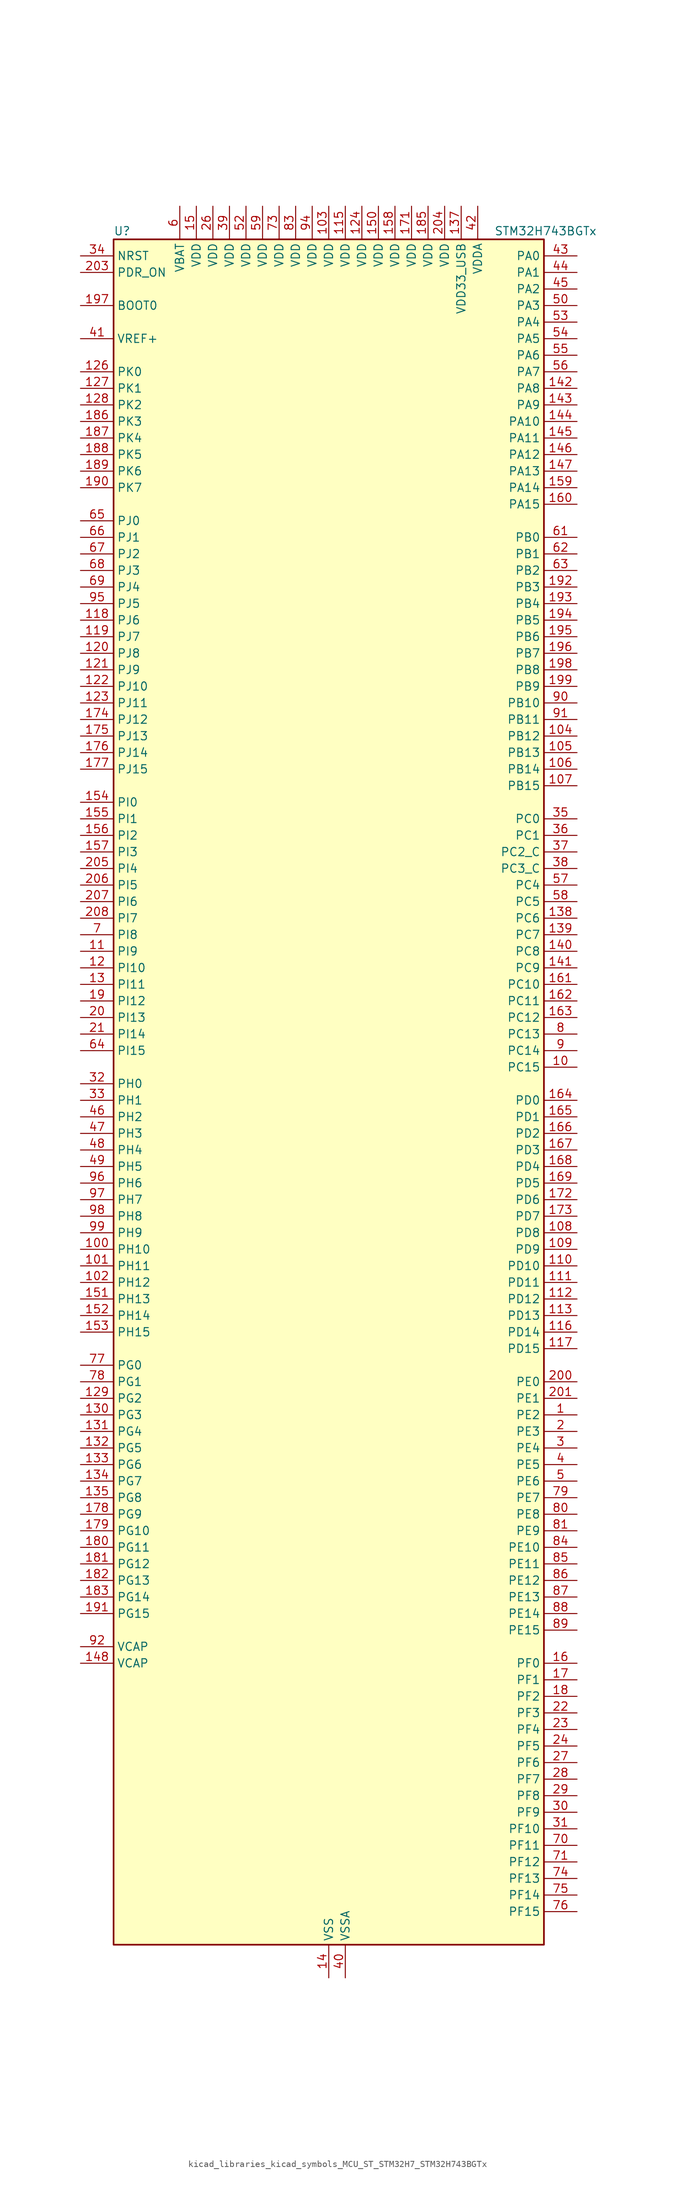
<source format=kicad_sym>
(kicad_symbol_lib
  (version 20220914)
  (generator kicad_symbol_editor)
  (symbol "kicad_libraries_kicad_symbols_MCU_ST_STM32H7_STM32H743BGTx"
    (property "Reference" "U"
      (at -33.02 133.35 0)
      (effects (font (size 1.27 1.27)) (justify left)))
    (property "Value" "STM32H743BGTx"
      (at 25.4 133.35 0)
      (effects (font (size 1.27 1.27)) (justify left)))
    (property "ki_locked" ""
      (at 0 0 0)
      (effects (font (size 1.27 1.27))))
    (symbol "kicad_libraries_kicad_symbols_MCU_ST_STM32H7_STM32H743BGTx_0_1"
      (rectangle (start -33.02 -129.54) (end 33.02 132.08) (stroke (width 0.254) (type default)) (fill (type background))))
    (symbol "kicad_libraries_kicad_symbols_MCU_ST_STM32H7_STM32H743BGTx_1_1"
      (pin bidirectional line (at 38.1 -48.26 180) (length 5.08) (name "PE2" (effects (font (size 1.27 1.27)))) (number "1" (effects (font (size 1.27 1.27)))) (alternate "DEBUG_TRACECLK" bidirectional line) (alternate "ETH_TXD3" bidirectional line) (alternate "FMC_A23" bidirectional line) (alternate "QUADSPI_BK1_IO2" bidirectional line) (alternate "SAI1_CK1" bidirectional line) (alternate "SAI1_MCLK_A" bidirectional line) (alternate "SAI4_CK1" bidirectional line) (alternate "SAI4_MCLK_A" bidirectional line) (alternate "SPI4_SCK" bidirectional line))
      (pin bidirectional line (at 38.1 5.08 180) (length 5.08) (name "PC15" (effects (font (size 1.27 1.27)))) (number "10" (effects (font (size 1.27 1.27)))) (alternate "ADC1_EXTI15" bidirectional line) (alternate "ADC2_EXTI15" bidirectional line) (alternate "ADC3_EXTI15" bidirectional line) (alternate "RCC_OSC32_OUT" bidirectional line))
      (pin bidirectional line (at -38.1 -22.86 0) (length 5.08) (name "PH10" (effects (font (size 1.27 1.27)))) (number "100" (effects (font (size 1.27 1.27)))) (alternate "DCMI_D1" bidirectional line) (alternate "FMC_D18" bidirectional line) (alternate "I2C4_SMBA" bidirectional line) (alternate "LTDC_R4" bidirectional line) (alternate "TIM5_CH1" bidirectional line))
      (pin bidirectional line (at -38.1 -25.4 0) (length 5.08) (name "PH11" (effects (font (size 1.27 1.27)))) (number "101" (effects (font (size 1.27 1.27)))) (alternate "ADC1_EXTI11" bidirectional line) (alternate "ADC2_EXTI11" bidirectional line) (alternate "ADC3_EXTI11" bidirectional line) (alternate "DCMI_D2" bidirectional line) (alternate "FMC_D19" bidirectional line) (alternate "I2C4_SCL" bidirectional line) (alternate "LTDC_R5" bidirectional line) (alternate "TIM5_CH2" bidirectional line))
      (pin bidirectional line (at -38.1 -27.94 0) (length 5.08) (name "PH12" (effects (font (size 1.27 1.27)))) (number "102" (effects (font (size 1.27 1.27)))) (alternate "DCMI_D3" bidirectional line) (alternate "FMC_D20" bidirectional line) (alternate "I2C4_SDA" bidirectional line) (alternate "LTDC_R6" bidirectional line) (alternate "TIM5_CH3" bidirectional line))
      (pin power_in line (at 0 137.16 270) (length 5.08) (name "VDD" (effects (font (size 1.27 1.27)))) (number "103" (effects (font (size 1.27 1.27)))))
      (pin bidirectional line (at 38.1 55.88 180) (length 5.08) (name "PB12" (effects (font (size 1.27 1.27)))) (number "104" (effects (font (size 1.27 1.27)))) (alternate "DFSDM1_DATIN1" bidirectional line) (alternate "ETH_TXD0" bidirectional line) (alternate "FDCAN2_RX" bidirectional line) (alternate "I2C2_SMBA" bidirectional line) (alternate "I2S2_WS" bidirectional line) (alternate "SPI2_NSS" bidirectional line) (alternate "TIM1_BKIN" bidirectional line) (alternate "TIM1_BKIN_COMP1" bidirectional line) (alternate "TIM1_BKIN_COMP2" bidirectional line) (alternate "UART5_RX" bidirectional line) (alternate "USART3_CK" bidirectional line) (alternate "USB_OTG_HS_ID" bidirectional line) (alternate "USB_OTG_HS_ULPI_D5" bidirectional line))
      (pin bidirectional line (at 38.1 53.34 180) (length 5.08) (name "PB13" (effects (font (size 1.27 1.27)))) (number "105" (effects (font (size 1.27 1.27)))) (alternate "DFSDM1_CKIN1" bidirectional line) (alternate "ETH_TXD1" bidirectional line) (alternate "FDCAN2_TX" bidirectional line) (alternate "I2S2_CK" bidirectional line) (alternate "LPTIM2_OUT" bidirectional line) (alternate "SPI2_SCK" bidirectional line) (alternate "TIM1_CH1N" bidirectional line) (alternate "UART5_TX" bidirectional line) (alternate "USART3_CTS" bidirectional line) (alternate "USART3_NSS" bidirectional line) (alternate "USB_OTG_HS_ULPI_D6" bidirectional line) (alternate "USB_OTG_HS_VBUS" bidirectional line))
      (pin bidirectional line (at 38.1 50.8 180) (length 5.08) (name "PB14" (effects (font (size 1.27 1.27)))) (number "106" (effects (font (size 1.27 1.27)))) (alternate "DFSDM1_DATIN2" bidirectional line) (alternate "I2S2_SDI" bidirectional line) (alternate "SDMMC2_D0" bidirectional line) (alternate "SPI2_MISO" bidirectional line) (alternate "TIM12_CH1" bidirectional line) (alternate "TIM1_CH2N" bidirectional line) (alternate "TIM8_CH2N" bidirectional line) (alternate "UART4_DE" bidirectional line) (alternate "UART4_RTS" bidirectional line) (alternate "USART1_TX" bidirectional line) (alternate "USART3_DE" bidirectional line) (alternate "USART3_RTS" bidirectional line) (alternate "USB_OTG_HS_DM" bidirectional line))
      (pin bidirectional line (at 38.1 48.26 180) (length 5.08) (name "PB15" (effects (font (size 1.27 1.27)))) (number "107" (effects (font (size 1.27 1.27)))) (alternate "ADC1_EXTI15" bidirectional line) (alternate "ADC2_EXTI15" bidirectional line) (alternate "ADC3_EXTI15" bidirectional line) (alternate "DFSDM1_CKIN2" bidirectional line) (alternate "I2S2_SDO" bidirectional line) (alternate "RTC_REFIN" bidirectional line) (alternate "SDMMC2_D1" bidirectional line) (alternate "SPI2_MOSI" bidirectional line) (alternate "TIM12_CH2" bidirectional line) (alternate "TIM1_CH3N" bidirectional line) (alternate "TIM8_CH3N" bidirectional line) (alternate "UART4_CTS" bidirectional line) (alternate "USART1_RX" bidirectional line) (alternate "USB_OTG_HS_DP" bidirectional line))
      (pin bidirectional line (at 38.1 -20.32 180) (length 5.08) (name "PD8" (effects (font (size 1.27 1.27)))) (number "108" (effects (font (size 1.27 1.27)))) (alternate "DFSDM1_CKIN3" bidirectional line) (alternate "FMC_D13" bidirectional line) (alternate "FMC_DA13" bidirectional line) (alternate "SAI3_SCK_B" bidirectional line) (alternate "SPDIFRX1_IN1" bidirectional line) (alternate "USART3_TX" bidirectional line))
      (pin bidirectional line (at 38.1 -22.86 180) (length 5.08) (name "PD9" (effects (font (size 1.27 1.27)))) (number "109" (effects (font (size 1.27 1.27)))) (alternate "DAC1_EXTI9" bidirectional line) (alternate "DFSDM1_DATIN3" bidirectional line) (alternate "FMC_D14" bidirectional line) (alternate "FMC_DA14" bidirectional line) (alternate "SAI3_SD_B" bidirectional line) (alternate "USART3_RX" bidirectional line))
      (pin bidirectional line (at -38.1 22.86 0) (length 5.08) (name "PI9" (effects (font (size 1.27 1.27)))) (number "11" (effects (font (size 1.27 1.27)))) (alternate "DAC1_EXTI9" bidirectional line) (alternate "FDCAN1_RX" bidirectional line) (alternate "FMC_D30" bidirectional line) (alternate "LTDC_VSYNC" bidirectional line) (alternate "UART4_RX" bidirectional line))
      (pin bidirectional line (at 38.1 -25.4 180) (length 5.08) (name "PD10" (effects (font (size 1.27 1.27)))) (number "110" (effects (font (size 1.27 1.27)))) (alternate "DFSDM1_CKOUT" bidirectional line) (alternate "FMC_D15" bidirectional line) (alternate "FMC_DA15" bidirectional line) (alternate "LTDC_B3" bidirectional line) (alternate "SAI3_FS_B" bidirectional line) (alternate "USART3_CK" bidirectional line))
      (pin bidirectional line (at 38.1 -27.94 180) (length 5.08) (name "PD11" (effects (font (size 1.27 1.27)))) (number "111" (effects (font (size 1.27 1.27)))) (alternate "ADC1_EXTI11" bidirectional line) (alternate "ADC2_EXTI11" bidirectional line) (alternate "ADC3_EXTI11" bidirectional line) (alternate "FMC_A16" bidirectional line) (alternate "FMC_CLE" bidirectional line) (alternate "I2C4_SMBA" bidirectional line) (alternate "LPTIM2_IN2" bidirectional line) (alternate "QUADSPI_BK1_IO0" bidirectional line) (alternate "SAI2_SD_A" bidirectional line) (alternate "USART3_CTS" bidirectional line) (alternate "USART3_NSS" bidirectional line))
      (pin bidirectional line (at 38.1 -30.48 180) (length 5.08) (name "PD12" (effects (font (size 1.27 1.27)))) (number "112" (effects (font (size 1.27 1.27)))) (alternate "FMC_A17" bidirectional line) (alternate "FMC_ALE" bidirectional line) (alternate "I2C4_SCL" bidirectional line) (alternate "LPTIM1_IN1" bidirectional line) (alternate "LPTIM2_IN1" bidirectional line) (alternate "QUADSPI_BK1_IO1" bidirectional line) (alternate "SAI2_FS_A" bidirectional line) (alternate "TIM4_CH1" bidirectional line) (alternate "USART3_DE" bidirectional line) (alternate "USART3_RTS" bidirectional line))
      (pin bidirectional line (at 38.1 -33.02 180) (length 5.08) (name "PD13" (effects (font (size 1.27 1.27)))) (number "113" (effects (font (size 1.27 1.27)))) (alternate "FMC_A18" bidirectional line) (alternate "I2C4_SDA" bidirectional line) (alternate "LPTIM1_OUT" bidirectional line) (alternate "QUADSPI_BK1_IO3" bidirectional line) (alternate "SAI2_SCK_A" bidirectional line) (alternate "TIM4_CH2" bidirectional line))
      (pin passive line (at 0 -134.62 90) (length 5.08) hide (name "VSS" (effects (font (size 1.27 1.27)))) (number "114" (effects (font (size 1.27 1.27)))))
      (pin power_in line (at 2.54 137.16 270) (length 5.08) (name "VDD" (effects (font (size 1.27 1.27)))) (number "115" (effects (font (size 1.27 1.27)))))
      (pin bidirectional line (at 38.1 -35.56 180) (length 5.08) (name "PD14" (effects (font (size 1.27 1.27)))) (number "116" (effects (font (size 1.27 1.27)))) (alternate "FMC_D0" bidirectional line) (alternate "FMC_DA0" bidirectional line) (alternate "SAI3_MCLK_B" bidirectional line) (alternate "TIM4_CH3" bidirectional line) (alternate "UART8_CTS" bidirectional line))
      (pin bidirectional line (at 38.1 -38.1 180) (length 5.08) (name "PD15" (effects (font (size 1.27 1.27)))) (number "117" (effects (font (size 1.27 1.27)))) (alternate "ADC1_EXTI15" bidirectional line) (alternate "ADC2_EXTI15" bidirectional line) (alternate "ADC3_EXTI15" bidirectional line) (alternate "FMC_D1" bidirectional line) (alternate "FMC_DA1" bidirectional line) (alternate "SAI3_MCLK_A" bidirectional line) (alternate "TIM4_CH4" bidirectional line) (alternate "UART8_DE" bidirectional line) (alternate "UART8_RTS" bidirectional line))
      (pin bidirectional line (at -38.1 73.66 0) (length 5.08) (name "PJ6" (effects (font (size 1.27 1.27)))) (number "118" (effects (font (size 1.27 1.27)))) (alternate "LTDC_R7" bidirectional line) (alternate "TIM8_CH2" bidirectional line))
      (pin bidirectional line (at -38.1 71.12 0) (length 5.08) (name "PJ7" (effects (font (size 1.27 1.27)))) (number "119" (effects (font (size 1.27 1.27)))) (alternate "DEBUG_TRGIN" bidirectional line) (alternate "LTDC_G0" bidirectional line) (alternate "TIM8_CH2N" bidirectional line))
      (pin bidirectional line (at -38.1 20.32 0) (length 5.08) (name "PI10" (effects (font (size 1.27 1.27)))) (number "12" (effects (font (size 1.27 1.27)))) (alternate "ETH_RX_ER" bidirectional line) (alternate "FMC_D31" bidirectional line) (alternate "LTDC_HSYNC" bidirectional line))
      (pin bidirectional line (at -38.1 68.58 0) (length 5.08) (name "PJ8" (effects (font (size 1.27 1.27)))) (number "120" (effects (font (size 1.27 1.27)))) (alternate "LTDC_G1" bidirectional line) (alternate "TIM1_CH3N" bidirectional line) (alternate "TIM8_CH1" bidirectional line) (alternate "UART8_TX" bidirectional line))
      (pin bidirectional line (at -38.1 66.04 0) (length 5.08) (name "PJ9" (effects (font (size 1.27 1.27)))) (number "121" (effects (font (size 1.27 1.27)))) (alternate "DAC1_EXTI9" bidirectional line) (alternate "LTDC_G2" bidirectional line) (alternate "TIM1_CH3" bidirectional line) (alternate "TIM8_CH1N" bidirectional line) (alternate "UART8_RX" bidirectional line))
      (pin bidirectional line (at -38.1 63.5 0) (length 5.08) (name "PJ10" (effects (font (size 1.27 1.27)))) (number "122" (effects (font (size 1.27 1.27)))) (alternate "LTDC_G3" bidirectional line) (alternate "SPI5_MOSI" bidirectional line) (alternate "TIM1_CH2N" bidirectional line) (alternate "TIM8_CH2" bidirectional line))
      (pin bidirectional line (at -38.1 60.96 0) (length 5.08) (name "PJ11" (effects (font (size 1.27 1.27)))) (number "123" (effects (font (size 1.27 1.27)))) (alternate "ADC1_EXTI11" bidirectional line) (alternate "ADC2_EXTI11" bidirectional line) (alternate "ADC3_EXTI11" bidirectional line) (alternate "LTDC_G4" bidirectional line) (alternate "SPI5_MISO" bidirectional line) (alternate "TIM1_CH2" bidirectional line) (alternate "TIM8_CH2N" bidirectional line))
      (pin power_in line (at 5.08 137.16 270) (length 5.08) (name "VDD" (effects (font (size 1.27 1.27)))) (number "124" (effects (font (size 1.27 1.27)))))
      (pin passive line (at 0 -134.62 90) (length 5.08) hide (name "VSS" (effects (font (size 1.27 1.27)))) (number "125" (effects (font (size 1.27 1.27)))))
      (pin bidirectional line (at -38.1 111.76 0) (length 5.08) (name "PK0" (effects (font (size 1.27 1.27)))) (number "126" (effects (font (size 1.27 1.27)))) (alternate "LTDC_G5" bidirectional line) (alternate "SPI5_SCK" bidirectional line) (alternate "TIM1_CH1N" bidirectional line) (alternate "TIM8_CH3" bidirectional line))
      (pin bidirectional line (at -38.1 109.22 0) (length 5.08) (name "PK1" (effects (font (size 1.27 1.27)))) (number "127" (effects (font (size 1.27 1.27)))) (alternate "LTDC_G6" bidirectional line) (alternate "SPI5_NSS" bidirectional line) (alternate "TIM1_CH1" bidirectional line) (alternate "TIM8_CH3N" bidirectional line))
      (pin bidirectional line (at -38.1 106.68 0) (length 5.08) (name "PK2" (effects (font (size 1.27 1.27)))) (number "128" (effects (font (size 1.27 1.27)))) (alternate "LTDC_G7" bidirectional line) (alternate "TIM1_BKIN" bidirectional line) (alternate "TIM1_BKIN_COMP1" bidirectional line) (alternate "TIM1_BKIN_COMP2" bidirectional line) (alternate "TIM8_BKIN" bidirectional line) (alternate "TIM8_BKIN_COMP1" bidirectional line) (alternate "TIM8_BKIN_COMP2" bidirectional line))
      (pin bidirectional line (at -38.1 -45.72 0) (length 5.08) (name "PG2" (effects (font (size 1.27 1.27)))) (number "129" (effects (font (size 1.27 1.27)))) (alternate "FMC_A12" bidirectional line) (alternate "TIM8_BKIN" bidirectional line) (alternate "TIM8_BKIN_COMP1" bidirectional line) (alternate "TIM8_BKIN_COMP2" bidirectional line))
      (pin bidirectional line (at -38.1 17.78 0) (length 5.08) (name "PI11" (effects (font (size 1.27 1.27)))) (number "13" (effects (font (size 1.27 1.27)))) (alternate "ADC1_EXTI11" bidirectional line) (alternate "ADC2_EXTI11" bidirectional line) (alternate "ADC3_EXTI11" bidirectional line) (alternate "LTDC_G6" bidirectional line) (alternate "PWR_WKUP4" bidirectional line) (alternate "USB_OTG_HS_ULPI_DIR" bidirectional line))
      (pin bidirectional line (at -38.1 -48.26 0) (length 5.08) (name "PG3" (effects (font (size 1.27 1.27)))) (number "130" (effects (font (size 1.27 1.27)))) (alternate "FMC_A13" bidirectional line) (alternate "TIM8_BKIN2" bidirectional line) (alternate "TIM8_BKIN2_COMP1" bidirectional line) (alternate "TIM8_BKIN2_COMP2" bidirectional line))
      (pin bidirectional line (at -38.1 -50.8 0) (length 5.08) (name "PG4" (effects (font (size 1.27 1.27)))) (number "131" (effects (font (size 1.27 1.27)))) (alternate "FMC_A14" bidirectional line) (alternate "FMC_BA0" bidirectional line) (alternate "TIM1_BKIN2" bidirectional line) (alternate "TIM1_BKIN2_COMP1" bidirectional line) (alternate "TIM1_BKIN2_COMP2" bidirectional line))
      (pin bidirectional line (at -38.1 -53.34 0) (length 5.08) (name "PG5" (effects (font (size 1.27 1.27)))) (number "132" (effects (font (size 1.27 1.27)))) (alternate "FMC_A15" bidirectional line) (alternate "FMC_BA1" bidirectional line) (alternate "TIM1_ETR" bidirectional line))
      (pin bidirectional line (at -38.1 -55.88 0) (length 5.08) (name "PG6" (effects (font (size 1.27 1.27)))) (number "133" (effects (font (size 1.27 1.27)))) (alternate "DCMI_D12" bidirectional line) (alternate "FMC_NE3" bidirectional line) (alternate "HRTIM_CHE1" bidirectional line) (alternate "LTDC_R7" bidirectional line) (alternate "QUADSPI_BK1_NCS" bidirectional line) (alternate "TIM17_BKIN" bidirectional line))
      (pin bidirectional line (at -38.1 -58.42 0) (length 5.08) (name "PG7" (effects (font (size 1.27 1.27)))) (number "134" (effects (font (size 1.27 1.27)))) (alternate "DCMI_D13" bidirectional line) (alternate "FMC_INT" bidirectional line) (alternate "HRTIM_CHE2" bidirectional line) (alternate "LTDC_CLK" bidirectional line) (alternate "SAI1_MCLK_A" bidirectional line) (alternate "USART6_CK" bidirectional line))
      (pin bidirectional line (at -38.1 -60.96 0) (length 5.08) (name "PG8" (effects (font (size 1.27 1.27)))) (number "135" (effects (font (size 1.27 1.27)))) (alternate "ETH_PPS_OUT" bidirectional line) (alternate "FMC_SDCLK" bidirectional line) (alternate "LTDC_G7" bidirectional line) (alternate "SPDIFRX1_IN2" bidirectional line) (alternate "SPI6_NSS" bidirectional line) (alternate "TIM8_ETR" bidirectional line) (alternate "USART6_DE" bidirectional line) (alternate "USART6_RTS" bidirectional line))
      (pin passive line (at 0 -134.62 90) (length 5.08) hide (name "VSS" (effects (font (size 1.27 1.27)))) (number "136" (effects (font (size 1.27 1.27)))))
      (pin power_in line (at 20.32 137.16 270) (length 5.08) (name "VDD33_USB" (effects (font (size 1.27 1.27)))) (number "137" (effects (font (size 1.27 1.27)))))
      (pin bidirectional line (at 38.1 27.94 180) (length 5.08) (name "PC6" (effects (font (size 1.27 1.27)))) (number "138" (effects (font (size 1.27 1.27)))) (alternate "DCMI_D0" bidirectional line) (alternate "DFSDM1_CKIN3" bidirectional line) (alternate "FMC_NWAIT" bidirectional line) (alternate "HRTIM_CHA1" bidirectional line) (alternate "I2S2_MCK" bidirectional line) (alternate "LTDC_HSYNC" bidirectional line) (alternate "SDMMC1_D0DIR" bidirectional line) (alternate "SDMMC1_D6" bidirectional line) (alternate "SDMMC2_D6" bidirectional line) (alternate "SWPMI1_IO" bidirectional line) (alternate "TIM3_CH1" bidirectional line) (alternate "TIM8_CH1" bidirectional line) (alternate "USART6_TX" bidirectional line))
      (pin bidirectional line (at 38.1 25.4 180) (length 5.08) (name "PC7" (effects (font (size 1.27 1.27)))) (number "139" (effects (font (size 1.27 1.27)))) (alternate "DCMI_D1" bidirectional line) (alternate "DEBUG_TRGIO" bidirectional line) (alternate "DFSDM1_DATIN3" bidirectional line) (alternate "FMC_NE1" bidirectional line) (alternate "HRTIM_CHA2" bidirectional line) (alternate "I2S3_MCK" bidirectional line) (alternate "LTDC_G6" bidirectional line) (alternate "SDMMC1_D123DIR" bidirectional line) (alternate "SDMMC1_D7" bidirectional line) (alternate "SDMMC2_D7" bidirectional line) (alternate "SWPMI1_TX" bidirectional line) (alternate "TIM3_CH2" bidirectional line) (alternate "TIM8_CH2" bidirectional line) (alternate "USART6_RX" bidirectional line))
      (pin power_in line (at 0 -134.62 90) (length 5.08) (name "VSS" (effects (font (size 1.27 1.27)))) (number "14" (effects (font (size 1.27 1.27)))))
      (pin bidirectional line (at 38.1 22.86 180) (length 5.08) (name "PC8" (effects (font (size 1.27 1.27)))) (number "140" (effects (font (size 1.27 1.27)))) (alternate "DCMI_D2" bidirectional line) (alternate "DEBUG_TRACED1" bidirectional line) (alternate "FMC_NCE" bidirectional line) (alternate "FMC_NE2" bidirectional line) (alternate "HRTIM_CHB1" bidirectional line) (alternate "SDMMC1_D0" bidirectional line) (alternate "SWPMI1_RX" bidirectional line) (alternate "TIM3_CH3" bidirectional line) (alternate "TIM8_CH3" bidirectional line) (alternate "UART5_DE" bidirectional line) (alternate "UART5_RTS" bidirectional line) (alternate "USART6_CK" bidirectional line))
      (pin bidirectional line (at 38.1 20.32 180) (length 5.08) (name "PC9" (effects (font (size 1.27 1.27)))) (number "141" (effects (font (size 1.27 1.27)))) (alternate "DAC1_EXTI9" bidirectional line) (alternate "DCMI_D3" bidirectional line) (alternate "I2C3_SDA" bidirectional line) (alternate "I2S_CKIN" bidirectional line) (alternate "LTDC_B2" bidirectional line) (alternate "LTDC_G3" bidirectional line) (alternate "QUADSPI_BK1_IO0" bidirectional line) (alternate "RCC_MCO_2" bidirectional line) (alternate "SDMMC1_D1" bidirectional line) (alternate "SWPMI1_SUSPEND" bidirectional line) (alternate "TIM3_CH4" bidirectional line) (alternate "TIM8_CH4" bidirectional line) (alternate "UART5_CTS" bidirectional line))
      (pin bidirectional line (at 38.1 109.22 180) (length 5.08) (name "PA8" (effects (font (size 1.27 1.27)))) (number "142" (effects (font (size 1.27 1.27)))) (alternate "HRTIM_CHB2" bidirectional line) (alternate "I2C3_SCL" bidirectional line) (alternate "LTDC_B3" bidirectional line) (alternate "LTDC_R6" bidirectional line) (alternate "RCC_MCO_1" bidirectional line) (alternate "TIM1_CH1" bidirectional line) (alternate "TIM8_BKIN2" bidirectional line) (alternate "TIM8_BKIN2_COMP1" bidirectional line) (alternate "TIM8_BKIN2_COMP2" bidirectional line) (alternate "UART7_RX" bidirectional line) (alternate "USART1_CK" bidirectional line) (alternate "USB_OTG_FS_SOF" bidirectional line))
      (pin bidirectional line (at 38.1 106.68 180) (length 5.08) (name "PA9" (effects (font (size 1.27 1.27)))) (number "143" (effects (font (size 1.27 1.27)))) (alternate "DAC1_EXTI9" bidirectional line) (alternate "DCMI_D0" bidirectional line) (alternate "HRTIM_CHC1" bidirectional line) (alternate "I2C3_SMBA" bidirectional line) (alternate "I2S2_CK" bidirectional line) (alternate "LPUART1_TX" bidirectional line) (alternate "LTDC_R5" bidirectional line) (alternate "SPI2_SCK" bidirectional line) (alternate "TIM1_CH2" bidirectional line) (alternate "USART1_TX" bidirectional line) (alternate "USB_OTG_FS_VBUS" bidirectional line))
      (pin bidirectional line (at 38.1 104.14 180) (length 5.08) (name "PA10" (effects (font (size 1.27 1.27)))) (number "144" (effects (font (size 1.27 1.27)))) (alternate "DCMI_D1" bidirectional line) (alternate "HRTIM_CHC2" bidirectional line) (alternate "LPUART1_RX" bidirectional line) (alternate "LTDC_B1" bidirectional line) (alternate "LTDC_B4" bidirectional line) (alternate "MDIOS_MDIO" bidirectional line) (alternate "TIM1_CH3" bidirectional line) (alternate "USART1_RX" bidirectional line) (alternate "USB_OTG_FS_ID" bidirectional line))
      (pin bidirectional line (at 38.1 101.6 180) (length 5.08) (name "PA11" (effects (font (size 1.27 1.27)))) (number "145" (effects (font (size 1.27 1.27)))) (alternate "ADC1_EXTI11" bidirectional line) (alternate "ADC2_EXTI11" bidirectional line) (alternate "ADC3_EXTI11" bidirectional line) (alternate "FDCAN1_RX" bidirectional line) (alternate "HRTIM_CHD1" bidirectional line) (alternate "I2S2_WS" bidirectional line) (alternate "LPUART1_CTS" bidirectional line) (alternate "LTDC_R4" bidirectional line) (alternate "SPI2_NSS" bidirectional line) (alternate "TIM1_CH4" bidirectional line) (alternate "UART4_RX" bidirectional line) (alternate "USART1_CTS" bidirectional line) (alternate "USART1_NSS" bidirectional line) (alternate "USB_OTG_FS_DM" bidirectional line))
      (pin bidirectional line (at 38.1 99.06 180) (length 5.08) (name "PA12" (effects (font (size 1.27 1.27)))) (number "146" (effects (font (size 1.27 1.27)))) (alternate "FDCAN1_TX" bidirectional line) (alternate "HRTIM_CHD2" bidirectional line) (alternate "I2S2_CK" bidirectional line) (alternate "LPUART1_DE" bidirectional line) (alternate "LPUART1_RTS" bidirectional line) (alternate "LTDC_R5" bidirectional line) (alternate "SAI2_FS_B" bidirectional line) (alternate "SPI2_SCK" bidirectional line) (alternate "TIM1_ETR" bidirectional line) (alternate "UART4_TX" bidirectional line) (alternate "USART1_DE" bidirectional line) (alternate "USART1_RTS" bidirectional line) (alternate "USB_OTG_FS_DP" bidirectional line))
      (pin bidirectional line (at 38.1 96.52 180) (length 5.08) (name "PA13" (effects (font (size 1.27 1.27)))) (number "147" (effects (font (size 1.27 1.27)))) (alternate "DEBUG_JTMS-SWDIO" bidirectional line))
      (pin power_out line (at -38.1 -86.36 0) (length 5.08) (name "VCAP" (effects (font (size 1.27 1.27)))) (number "148" (effects (font (size 1.27 1.27)))))
      (pin passive line (at 0 -134.62 90) (length 5.08) hide (name "VSS" (effects (font (size 1.27 1.27)))) (number "149" (effects (font (size 1.27 1.27)))))
      (pin power_in line (at -20.32 137.16 270) (length 5.08) (name "VDD" (effects (font (size 1.27 1.27)))) (number "15" (effects (font (size 1.27 1.27)))))
      (pin power_in line (at 7.62 137.16 270) (length 5.08) (name "VDD" (effects (font (size 1.27 1.27)))) (number "150" (effects (font (size 1.27 1.27)))))
      (pin bidirectional line (at -38.1 -30.48 0) (length 5.08) (name "PH13" (effects (font (size 1.27 1.27)))) (number "151" (effects (font (size 1.27 1.27)))) (alternate "FDCAN1_TX" bidirectional line) (alternate "FMC_D21" bidirectional line) (alternate "LTDC_G2" bidirectional line) (alternate "TIM8_CH1N" bidirectional line) (alternate "UART4_TX" bidirectional line))
      (pin bidirectional line (at -38.1 -33.02 0) (length 5.08) (name "PH14" (effects (font (size 1.27 1.27)))) (number "152" (effects (font (size 1.27 1.27)))) (alternate "DCMI_D4" bidirectional line) (alternate "FDCAN1_RX" bidirectional line) (alternate "FMC_D22" bidirectional line) (alternate "LTDC_G3" bidirectional line) (alternate "TIM8_CH2N" bidirectional line) (alternate "UART4_RX" bidirectional line))
      (pin bidirectional line (at -38.1 -35.56 0) (length 5.08) (name "PH15" (effects (font (size 1.27 1.27)))) (number "153" (effects (font (size 1.27 1.27)))) (alternate "ADC1_EXTI15" bidirectional line) (alternate "ADC2_EXTI15" bidirectional line) (alternate "ADC3_EXTI15" bidirectional line) (alternate "DCMI_D11" bidirectional line) (alternate "FMC_D23" bidirectional line) (alternate "LTDC_G4" bidirectional line) (alternate "TIM8_CH3N" bidirectional line))
      (pin bidirectional line (at -38.1 45.72 0) (length 5.08) (name "PI0" (effects (font (size 1.27 1.27)))) (number "154" (effects (font (size 1.27 1.27)))) (alternate "DCMI_D13" bidirectional line) (alternate "FMC_D24" bidirectional line) (alternate "I2S2_WS" bidirectional line) (alternate "LTDC_G5" bidirectional line) (alternate "SPI2_NSS" bidirectional line) (alternate "TIM5_CH4" bidirectional line))
      (pin bidirectional line (at -38.1 43.18 0) (length 5.08) (name "PI1" (effects (font (size 1.27 1.27)))) (number "155" (effects (font (size 1.27 1.27)))) (alternate "DCMI_D8" bidirectional line) (alternate "FMC_D25" bidirectional line) (alternate "I2S2_CK" bidirectional line) (alternate "LTDC_G6" bidirectional line) (alternate "SPI2_SCK" bidirectional line) (alternate "TIM8_BKIN2" bidirectional line) (alternate "TIM8_BKIN2_COMP1" bidirectional line) (alternate "TIM8_BKIN2_COMP2" bidirectional line))
      (pin bidirectional line (at -38.1 40.64 0) (length 5.08) (name "PI2" (effects (font (size 1.27 1.27)))) (number "156" (effects (font (size 1.27 1.27)))) (alternate "DCMI_D9" bidirectional line) (alternate "FMC_D26" bidirectional line) (alternate "I2S2_SDI" bidirectional line) (alternate "LTDC_G7" bidirectional line) (alternate "SPI2_MISO" bidirectional line) (alternate "TIM8_CH4" bidirectional line))
      (pin bidirectional line (at -38.1 38.1 0) (length 5.08) (name "PI3" (effects (font (size 1.27 1.27)))) (number "157" (effects (font (size 1.27 1.27)))) (alternate "DCMI_D10" bidirectional line) (alternate "FMC_D27" bidirectional line) (alternate "I2S2_SDO" bidirectional line) (alternate "SPI2_MOSI" bidirectional line) (alternate "TIM8_ETR" bidirectional line))
      (pin power_in line (at 10.16 137.16 270) (length 5.08) (name "VDD" (effects (font (size 1.27 1.27)))) (number "158" (effects (font (size 1.27 1.27)))))
      (pin bidirectional line (at 38.1 93.98 180) (length 5.08) (name "PA14" (effects (font (size 1.27 1.27)))) (number "159" (effects (font (size 1.27 1.27)))) (alternate "DEBUG_JTCK-SWCLK" bidirectional line))
      (pin bidirectional line (at 38.1 -86.36 180) (length 5.08) (name "PF0" (effects (font (size 1.27 1.27)))) (number "16" (effects (font (size 1.27 1.27)))) (alternate "FMC_A0" bidirectional line) (alternate "I2C2_SDA" bidirectional line))
      (pin bidirectional line (at 38.1 91.44 180) (length 5.08) (name "PA15" (effects (font (size 1.27 1.27)))) (number "160" (effects (font (size 1.27 1.27)))) (alternate "ADC1_EXTI15" bidirectional line) (alternate "ADC2_EXTI15" bidirectional line) (alternate "ADC3_EXTI15" bidirectional line) (alternate "CEC" bidirectional line) (alternate "DEBUG_JTDI" bidirectional line) (alternate "HRTIM_FLT1" bidirectional line) (alternate "I2S1_WS" bidirectional line) (alternate "I2S3_WS" bidirectional line) (alternate "SPI1_NSS" bidirectional line) (alternate "SPI3_NSS" bidirectional line) (alternate "SPI6_NSS" bidirectional line) (alternate "TIM2_CH1" bidirectional line) (alternate "TIM2_ETR" bidirectional line) (alternate "UART4_DE" bidirectional line) (alternate "UART4_RTS" bidirectional line) (alternate "UART7_TX" bidirectional line))
      (pin bidirectional line (at 38.1 17.78 180) (length 5.08) (name "PC10" (effects (font (size 1.27 1.27)))) (number "161" (effects (font (size 1.27 1.27)))) (alternate "DCMI_D8" bidirectional line) (alternate "DFSDM1_CKIN5" bidirectional line) (alternate "HRTIM_EEV1" bidirectional line) (alternate "I2S3_CK" bidirectional line) (alternate "LTDC_R2" bidirectional line) (alternate "QUADSPI_BK1_IO1" bidirectional line) (alternate "SDMMC1_D2" bidirectional line) (alternate "SPI3_SCK" bidirectional line) (alternate "UART4_TX" bidirectional line) (alternate "USART3_TX" bidirectional line))
      (pin bidirectional line (at 38.1 15.24 180) (length 5.08) (name "PC11" (effects (font (size 1.27 1.27)))) (number "162" (effects (font (size 1.27 1.27)))) (alternate "ADC1_EXTI11" bidirectional line) (alternate "ADC2_EXTI11" bidirectional line) (alternate "ADC3_EXTI11" bidirectional line) (alternate "DCMI_D4" bidirectional line) (alternate "DFSDM1_DATIN5" bidirectional line) (alternate "HRTIM_FLT2" bidirectional line) (alternate "I2S3_SDI" bidirectional line) (alternate "QUADSPI_BK2_NCS" bidirectional line) (alternate "SDMMC1_D3" bidirectional line) (alternate "SPI3_MISO" bidirectional line) (alternate "UART4_RX" bidirectional line) (alternate "USART3_RX" bidirectional line))
      (pin bidirectional line (at 38.1 12.7 180) (length 5.08) (name "PC12" (effects (font (size 1.27 1.27)))) (number "163" (effects (font (size 1.27 1.27)))) (alternate "DCMI_D9" bidirectional line) (alternate "DEBUG_TRACED3" bidirectional line) (alternate "HRTIM_EEV2" bidirectional line) (alternate "I2S3_SDO" bidirectional line) (alternate "SDMMC1_CK" bidirectional line) (alternate "SPI3_MOSI" bidirectional line) (alternate "UART5_TX" bidirectional line) (alternate "USART3_CK" bidirectional line))
      (pin bidirectional line (at 38.1 0 180) (length 5.08) (name "PD0" (effects (font (size 1.27 1.27)))) (number "164" (effects (font (size 1.27 1.27)))) (alternate "DFSDM1_CKIN6" bidirectional line) (alternate "FDCAN1_RX" bidirectional line) (alternate "FMC_D2" bidirectional line) (alternate "FMC_DA2" bidirectional line) (alternate "SAI3_SCK_A" bidirectional line) (alternate "UART4_RX" bidirectional line))
      (pin bidirectional line (at 38.1 -2.54 180) (length 5.08) (name "PD1" (effects (font (size 1.27 1.27)))) (number "165" (effects (font (size 1.27 1.27)))) (alternate "DFSDM1_DATIN6" bidirectional line) (alternate "FDCAN1_TX" bidirectional line) (alternate "FMC_D3" bidirectional line) (alternate "FMC_DA3" bidirectional line) (alternate "SAI3_SD_A" bidirectional line) (alternate "UART4_TX" bidirectional line))
      (pin bidirectional line (at 38.1 -5.08 180) (length 5.08) (name "PD2" (effects (font (size 1.27 1.27)))) (number "166" (effects (font (size 1.27 1.27)))) (alternate "DCMI_D11" bidirectional line) (alternate "DEBUG_TRACED2" bidirectional line) (alternate "SDMMC1_CMD" bidirectional line) (alternate "TIM3_ETR" bidirectional line) (alternate "UART5_RX" bidirectional line))
      (pin bidirectional line (at 38.1 -7.62 180) (length 5.08) (name "PD3" (effects (font (size 1.27 1.27)))) (number "167" (effects (font (size 1.27 1.27)))) (alternate "DCMI_D5" bidirectional line) (alternate "DFSDM1_CKOUT" bidirectional line) (alternate "FMC_CLK" bidirectional line) (alternate "I2S2_CK" bidirectional line) (alternate "LTDC_G7" bidirectional line) (alternate "SPI2_SCK" bidirectional line) (alternate "USART2_CTS" bidirectional line) (alternate "USART2_NSS" bidirectional line))
      (pin bidirectional line (at 38.1 -10.16 180) (length 5.08) (name "PD4" (effects (font (size 1.27 1.27)))) (number "168" (effects (font (size 1.27 1.27)))) (alternate "FMC_NOE" bidirectional line) (alternate "HRTIM_FLT3" bidirectional line) (alternate "SAI3_FS_A" bidirectional line) (alternate "USART2_DE" bidirectional line) (alternate "USART2_RTS" bidirectional line))
      (pin bidirectional line (at 38.1 -12.7 180) (length 5.08) (name "PD5" (effects (font (size 1.27 1.27)))) (number "169" (effects (font (size 1.27 1.27)))) (alternate "FMC_NWE" bidirectional line) (alternate "HRTIM_EEV3" bidirectional line) (alternate "USART2_TX" bidirectional line))
      (pin bidirectional line (at 38.1 -88.9 180) (length 5.08) (name "PF1" (effects (font (size 1.27 1.27)))) (number "17" (effects (font (size 1.27 1.27)))) (alternate "FMC_A1" bidirectional line) (alternate "I2C2_SCL" bidirectional line))
      (pin passive line (at 0 -134.62 90) (length 5.08) hide (name "VSS" (effects (font (size 1.27 1.27)))) (number "170" (effects (font (size 1.27 1.27)))))
      (pin power_in line (at 12.7 137.16 270) (length 5.08) (name "VDD" (effects (font (size 1.27 1.27)))) (number "171" (effects (font (size 1.27 1.27)))))
      (pin bidirectional line (at 38.1 -15.24 180) (length 5.08) (name "PD6" (effects (font (size 1.27 1.27)))) (number "172" (effects (font (size 1.27 1.27)))) (alternate "DCMI_D10" bidirectional line) (alternate "DFSDM1_CKIN4" bidirectional line) (alternate "DFSDM1_DATIN1" bidirectional line) (alternate "FMC_NWAIT" bidirectional line) (alternate "I2S3_SDO" bidirectional line) (alternate "LTDC_B2" bidirectional line) (alternate "SAI1_D1" bidirectional line) (alternate "SAI1_SD_A" bidirectional line) (alternate "SAI4_D1" bidirectional line) (alternate "SAI4_SD_A" bidirectional line) (alternate "SDMMC2_CK" bidirectional line) (alternate "SPI3_MOSI" bidirectional line) (alternate "USART2_RX" bidirectional line))
      (pin bidirectional line (at 38.1 -17.78 180) (length 5.08) (name "PD7" (effects (font (size 1.27 1.27)))) (number "173" (effects (font (size 1.27 1.27)))) (alternate "DFSDM1_CKIN1" bidirectional line) (alternate "DFSDM1_DATIN4" bidirectional line) (alternate "FMC_NE1" bidirectional line) (alternate "I2S1_SDO" bidirectional line) (alternate "SDMMC2_CMD" bidirectional line) (alternate "SPDIFRX1_IN0" bidirectional line) (alternate "SPI1_MOSI" bidirectional line) (alternate "USART2_CK" bidirectional line))
      (pin bidirectional line (at -38.1 58.42 0) (length 5.08) (name "PJ12" (effects (font (size 1.27 1.27)))) (number "174" (effects (font (size 1.27 1.27)))) (alternate "DEBUG_TRGOUT" bidirectional line) (alternate "LTDC_B0" bidirectional line) (alternate "LTDC_G3" bidirectional line))
      (pin bidirectional line (at -38.1 55.88 0) (length 5.08) (name "PJ13" (effects (font (size 1.27 1.27)))) (number "175" (effects (font (size 1.27 1.27)))) (alternate "LTDC_B1" bidirectional line) (alternate "LTDC_B4" bidirectional line))
      (pin bidirectional line (at -38.1 53.34 0) (length 5.08) (name "PJ14" (effects (font (size 1.27 1.27)))) (number "176" (effects (font (size 1.27 1.27)))) (alternate "LTDC_B2" bidirectional line))
      (pin bidirectional line (at -38.1 50.8 0) (length 5.08) (name "PJ15" (effects (font (size 1.27 1.27)))) (number "177" (effects (font (size 1.27 1.27)))) (alternate "ADC1_EXTI15" bidirectional line) (alternate "ADC2_EXTI15" bidirectional line) (alternate "ADC3_EXTI15" bidirectional line) (alternate "LTDC_B3" bidirectional line))
      (pin bidirectional line (at -38.1 -63.5 0) (length 5.08) (name "PG9" (effects (font (size 1.27 1.27)))) (number "178" (effects (font (size 1.27 1.27)))) (alternate "DAC1_EXTI9" bidirectional line) (alternate "DCMI_VSYNC" bidirectional line) (alternate "FMC_NCE" bidirectional line) (alternate "FMC_NE2" bidirectional line) (alternate "I2S1_SDI" bidirectional line) (alternate "QUADSPI_BK2_IO2" bidirectional line) (alternate "SAI2_FS_B" bidirectional line) (alternate "SPDIFRX1_IN3" bidirectional line) (alternate "SPI1_MISO" bidirectional line) (alternate "USART6_RX" bidirectional line))
      (pin bidirectional line (at -38.1 -66.04 0) (length 5.08) (name "PG10" (effects (font (size 1.27 1.27)))) (number "179" (effects (font (size 1.27 1.27)))) (alternate "DCMI_D2" bidirectional line) (alternate "FMC_NE3" bidirectional line) (alternate "HRTIM_FLT5" bidirectional line) (alternate "I2S1_WS" bidirectional line) (alternate "LTDC_B2" bidirectional line) (alternate "LTDC_G3" bidirectional line) (alternate "SAI2_SD_B" bidirectional line) (alternate "SPI1_NSS" bidirectional line))
      (pin bidirectional line (at 38.1 -91.44 180) (length 5.08) (name "PF2" (effects (font (size 1.27 1.27)))) (number "18" (effects (font (size 1.27 1.27)))) (alternate "FMC_A2" bidirectional line) (alternate "I2C2_SMBA" bidirectional line))
      (pin bidirectional line (at -38.1 -68.58 0) (length 5.08) (name "PG11" (effects (font (size 1.27 1.27)))) (number "180" (effects (font (size 1.27 1.27)))) (alternate "ADC1_EXTI11" bidirectional line) (alternate "ADC2_EXTI11" bidirectional line) (alternate "ADC3_EXTI11" bidirectional line) (alternate "DCMI_D3" bidirectional line) (alternate "ETH_TX_EN" bidirectional line) (alternate "HRTIM_EEV4" bidirectional line) (alternate "I2S1_CK" bidirectional line) (alternate "LPTIM1_IN2" bidirectional line) (alternate "LTDC_B3" bidirectional line) (alternate "SDMMC2_D2" bidirectional line) (alternate "SPDIFRX1_IN0" bidirectional line) (alternate "SPI1_SCK" bidirectional line))
      (pin bidirectional line (at -38.1 -71.12 0) (length 5.08) (name "PG12" (effects (font (size 1.27 1.27)))) (number "181" (effects (font (size 1.27 1.27)))) (alternate "ETH_TXD1" bidirectional line) (alternate "FMC_NE4" bidirectional line) (alternate "HRTIM_EEV5" bidirectional line) (alternate "LPTIM1_IN1" bidirectional line) (alternate "LTDC_B1" bidirectional line) (alternate "LTDC_B4" bidirectional line) (alternate "SPDIFRX1_IN1" bidirectional line) (alternate "SPI6_MISO" bidirectional line) (alternate "USART6_DE" bidirectional line) (alternate "USART6_RTS" bidirectional line))
      (pin bidirectional line (at -38.1 -73.66 0) (length 5.08) (name "PG13" (effects (font (size 1.27 1.27)))) (number "182" (effects (font (size 1.27 1.27)))) (alternate "DEBUG_TRACED0" bidirectional line) (alternate "ETH_TXD0" bidirectional line) (alternate "FMC_A24" bidirectional line) (alternate "HRTIM_EEV10" bidirectional line) (alternate "LPTIM1_OUT" bidirectional line) (alternate "LTDC_R0" bidirectional line) (alternate "SPI6_SCK" bidirectional line) (alternate "USART6_CTS" bidirectional line) (alternate "USART6_NSS" bidirectional line))
      (pin bidirectional line (at -38.1 -76.2 0) (length 5.08) (name "PG14" (effects (font (size 1.27 1.27)))) (number "183" (effects (font (size 1.27 1.27)))) (alternate "DEBUG_TRACED1" bidirectional line) (alternate "ETH_TXD1" bidirectional line) (alternate "FMC_A25" bidirectional line) (alternate "LPTIM1_ETR" bidirectional line) (alternate "LTDC_B0" bidirectional line) (alternate "QUADSPI_BK2_IO3" bidirectional line) (alternate "SPI6_MOSI" bidirectional line) (alternate "USART6_TX" bidirectional line))
      (pin passive line (at 0 -134.62 90) (length 5.08) hide (name "VSS" (effects (font (size 1.27 1.27)))) (number "184" (effects (font (size 1.27 1.27)))))
      (pin power_in line (at 15.24 137.16 270) (length 5.08) (name "VDD" (effects (font (size 1.27 1.27)))) (number "185" (effects (font (size 1.27 1.27)))))
      (pin bidirectional line (at -38.1 104.14 0) (length 5.08) (name "PK3" (effects (font (size 1.27 1.27)))) (number "186" (effects (font (size 1.27 1.27)))) (alternate "LTDC_B4" bidirectional line))
      (pin bidirectional line (at -38.1 101.6 0) (length 5.08) (name "PK4" (effects (font (size 1.27 1.27)))) (number "187" (effects (font (size 1.27 1.27)))) (alternate "LTDC_B5" bidirectional line))
      (pin bidirectional line (at -38.1 99.06 0) (length 5.08) (name "PK5" (effects (font (size 1.27 1.27)))) (number "188" (effects (font (size 1.27 1.27)))) (alternate "LTDC_B6" bidirectional line))
      (pin bidirectional line (at -38.1 96.52 0) (length 5.08) (name "PK6" (effects (font (size 1.27 1.27)))) (number "189" (effects (font (size 1.27 1.27)))) (alternate "LTDC_B7" bidirectional line))
      (pin bidirectional line (at -38.1 15.24 0) (length 5.08) (name "PI12" (effects (font (size 1.27 1.27)))) (number "19" (effects (font (size 1.27 1.27)))) (alternate "LTDC_HSYNC" bidirectional line))
      (pin bidirectional line (at -38.1 93.98 0) (length 5.08) (name "PK7" (effects (font (size 1.27 1.27)))) (number "190" (effects (font (size 1.27 1.27)))) (alternate "LTDC_DE" bidirectional line))
      (pin bidirectional line (at -38.1 -78.74 0) (length 5.08) (name "PG15" (effects (font (size 1.27 1.27)))) (number "191" (effects (font (size 1.27 1.27)))) (alternate "ADC1_EXTI15" bidirectional line) (alternate "ADC2_EXTI15" bidirectional line) (alternate "ADC3_EXTI15" bidirectional line) (alternate "DCMI_D13" bidirectional line) (alternate "FMC_SDNCAS" bidirectional line) (alternate "USART6_CTS" bidirectional line) (alternate "USART6_NSS" bidirectional line))
      (pin bidirectional line (at 38.1 78.74 180) (length 5.08) (name "PB3" (effects (font (size 1.27 1.27)))) (number "192" (effects (font (size 1.27 1.27)))) (alternate "CRS_SYNC" bidirectional line) (alternate "DEBUG_JTDO-SWO" bidirectional line) (alternate "HRTIM_FLT4" bidirectional line) (alternate "I2S1_CK" bidirectional line) (alternate "I2S3_CK" bidirectional line) (alternate "SDMMC2_D2" bidirectional line) (alternate "SPI1_SCK" bidirectional line) (alternate "SPI3_SCK" bidirectional line) (alternate "SPI6_SCK" bidirectional line) (alternate "TIM2_CH2" bidirectional line) (alternate "UART7_RX" bidirectional line))
      (pin bidirectional line (at 38.1 76.2 180) (length 5.08) (name "PB4" (effects (font (size 1.27 1.27)))) (number "193" (effects (font (size 1.27 1.27)))) (alternate "DEBUG_JTRST" bidirectional line) (alternate "HRTIM_EEV6" bidirectional line) (alternate "I2S1_SDI" bidirectional line) (alternate "I2S2_WS" bidirectional line) (alternate "I2S3_SDI" bidirectional line) (alternate "SDMMC2_D3" bidirectional line) (alternate "SPI1_MISO" bidirectional line) (alternate "SPI2_NSS" bidirectional line) (alternate "SPI3_MISO" bidirectional line) (alternate "SPI6_MISO" bidirectional line) (alternate "TIM16_BKIN" bidirectional line) (alternate "TIM3_CH1" bidirectional line) (alternate "UART7_TX" bidirectional line))
      (pin bidirectional line (at 38.1 73.66 180) (length 5.08) (name "PB5" (effects (font (size 1.27 1.27)))) (number "194" (effects (font (size 1.27 1.27)))) (alternate "DCMI_D10" bidirectional line) (alternate "ETH_PPS_OUT" bidirectional line) (alternate "FDCAN2_RX" bidirectional line) (alternate "FMC_SDCKE1" bidirectional line) (alternate "HRTIM_EEV7" bidirectional line) (alternate "I2C1_SMBA" bidirectional line) (alternate "I2C4_SMBA" bidirectional line) (alternate "I2S1_SDO" bidirectional line) (alternate "I2S3_SDO" bidirectional line) (alternate "SPI1_MOSI" bidirectional line) (alternate "SPI3_MOSI" bidirectional line) (alternate "SPI6_MOSI" bidirectional line) (alternate "TIM17_BKIN" bidirectional line) (alternate "TIM3_CH2" bidirectional line) (alternate "UART5_RX" bidirectional line) (alternate "USB_OTG_HS_ULPI_D7" bidirectional line))
      (pin bidirectional line (at 38.1 71.12 180) (length 5.08) (name "PB6" (effects (font (size 1.27 1.27)))) (number "195" (effects (font (size 1.27 1.27)))) (alternate "CEC" bidirectional line) (alternate "DCMI_D5" bidirectional line) (alternate "DFSDM1_DATIN5" bidirectional line) (alternate "FDCAN2_TX" bidirectional line) (alternate "FMC_SDNE1" bidirectional line) (alternate "HRTIM_EEV8" bidirectional line) (alternate "I2C1_SCL" bidirectional line) (alternate "I2C4_SCL" bidirectional line) (alternate "LPUART1_TX" bidirectional line) (alternate "QUADSPI_BK1_NCS" bidirectional line) (alternate "TIM16_CH1N" bidirectional line) (alternate "TIM4_CH1" bidirectional line) (alternate "UART5_TX" bidirectional line) (alternate "USART1_TX" bidirectional line))
      (pin bidirectional line (at 38.1 68.58 180) (length 5.08) (name "PB7" (effects (font (size 1.27 1.27)))) (number "196" (effects (font (size 1.27 1.27)))) (alternate "DCMI_VSYNC" bidirectional line) (alternate "DFSDM1_CKIN5" bidirectional line) (alternate "FMC_NL" bidirectional line) (alternate "HRTIM_EEV9" bidirectional line) (alternate "I2C1_SDA" bidirectional line) (alternate "I2C4_SDA" bidirectional line) (alternate "LPUART1_RX" bidirectional line) (alternate "PWR_PVD_IN" bidirectional line) (alternate "TIM17_CH1N" bidirectional line) (alternate "TIM4_CH2" bidirectional line) (alternate "USART1_RX" bidirectional line))
      (pin input line (at -38.1 121.92 0) (length 5.08) (name "BOOT0" (effects (font (size 1.27 1.27)))) (number "197" (effects (font (size 1.27 1.27)))))
      (pin bidirectional line (at 38.1 66.04 180) (length 5.08) (name "PB8" (effects (font (size 1.27 1.27)))) (number "198" (effects (font (size 1.27 1.27)))) (alternate "DCMI_D6" bidirectional line) (alternate "DFSDM1_CKIN7" bidirectional line) (alternate "ETH_TXD3" bidirectional line) (alternate "FDCAN1_RX" bidirectional line) (alternate "I2C1_SCL" bidirectional line) (alternate "I2C4_SCL" bidirectional line) (alternate "LTDC_B6" bidirectional line) (alternate "SDMMC1_CKIN" bidirectional line) (alternate "SDMMC1_D4" bidirectional line) (alternate "SDMMC2_D4" bidirectional line) (alternate "TIM16_CH1" bidirectional line) (alternate "TIM4_CH3" bidirectional line) (alternate "UART4_RX" bidirectional line))
      (pin bidirectional line (at 38.1 63.5 180) (length 5.08) (name "PB9" (effects (font (size 1.27 1.27)))) (number "199" (effects (font (size 1.27 1.27)))) (alternate "DAC1_EXTI9" bidirectional line) (alternate "DCMI_D7" bidirectional line) (alternate "DFSDM1_DATIN7" bidirectional line) (alternate "FDCAN1_TX" bidirectional line) (alternate "I2C1_SDA" bidirectional line) (alternate "I2C4_SDA" bidirectional line) (alternate "I2C4_SMBA" bidirectional line) (alternate "I2S2_WS" bidirectional line) (alternate "LTDC_B7" bidirectional line) (alternate "SDMMC1_CDIR" bidirectional line) (alternate "SDMMC1_D5" bidirectional line) (alternate "SDMMC2_D5" bidirectional line) (alternate "SPI2_NSS" bidirectional line) (alternate "TIM17_CH1" bidirectional line) (alternate "TIM4_CH4" bidirectional line) (alternate "UART4_TX" bidirectional line))
      (pin bidirectional line (at 38.1 -50.8 180) (length 5.08) (name "PE3" (effects (font (size 1.27 1.27)))) (number "2" (effects (font (size 1.27 1.27)))) (alternate "DEBUG_TRACED0" bidirectional line) (alternate "FMC_A19" bidirectional line) (alternate "SAI1_SD_B" bidirectional line) (alternate "SAI4_SD_B" bidirectional line) (alternate "TIM15_BKIN" bidirectional line))
      (pin bidirectional line (at -38.1 12.7 0) (length 5.08) (name "PI13" (effects (font (size 1.27 1.27)))) (number "20" (effects (font (size 1.27 1.27)))) (alternate "LTDC_VSYNC" bidirectional line))
      (pin bidirectional line (at 38.1 -43.18 180) (length 5.08) (name "PE0" (effects (font (size 1.27 1.27)))) (number "200" (effects (font (size 1.27 1.27)))) (alternate "DCMI_D2" bidirectional line) (alternate "FMC_NBL0" bidirectional line) (alternate "HRTIM_SCIN" bidirectional line) (alternate "LPTIM1_ETR" bidirectional line) (alternate "LPTIM2_ETR" bidirectional line) (alternate "SAI2_MCLK_A" bidirectional line) (alternate "TIM4_ETR" bidirectional line) (alternate "UART8_RX" bidirectional line))
      (pin bidirectional line (at 38.1 -45.72 180) (length 5.08) (name "PE1" (effects (font (size 1.27 1.27)))) (number "201" (effects (font (size 1.27 1.27)))) (alternate "DCMI_D3" bidirectional line) (alternate "FMC_NBL1" bidirectional line) (alternate "HRTIM_SCOUT" bidirectional line) (alternate "LPTIM1_IN2" bidirectional line) (alternate "UART8_TX" bidirectional line))
      (pin passive line (at 0 -134.62 90) (length 5.08) hide (name "VSS" (effects (font (size 1.27 1.27)))) (number "202" (effects (font (size 1.27 1.27)))))
      (pin input line (at -38.1 127 0) (length 5.08) (name "PDR_ON" (effects (font (size 1.27 1.27)))) (number "203" (effects (font (size 1.27 1.27)))))
      (pin power_in line (at 17.78 137.16 270) (length 5.08) (name "VDD" (effects (font (size 1.27 1.27)))) (number "204" (effects (font (size 1.27 1.27)))))
      (pin bidirectional line (at -38.1 35.56 0) (length 5.08) (name "PI4" (effects (font (size 1.27 1.27)))) (number "205" (effects (font (size 1.27 1.27)))) (alternate "DCMI_D5" bidirectional line) (alternate "FMC_NBL2" bidirectional line) (alternate "LTDC_B4" bidirectional line) (alternate "SAI2_MCLK_A" bidirectional line) (alternate "TIM8_BKIN" bidirectional line) (alternate "TIM8_BKIN_COMP1" bidirectional line) (alternate "TIM8_BKIN_COMP2" bidirectional line))
      (pin bidirectional line (at -38.1 33.02 0) (length 5.08) (name "PI5" (effects (font (size 1.27 1.27)))) (number "206" (effects (font (size 1.27 1.27)))) (alternate "DCMI_VSYNC" bidirectional line) (alternate "FMC_NBL3" bidirectional line) (alternate "LTDC_B5" bidirectional line) (alternate "SAI2_SCK_A" bidirectional line) (alternate "TIM8_CH1" bidirectional line))
      (pin bidirectional line (at -38.1 30.48 0) (length 5.08) (name "PI6" (effects (font (size 1.27 1.27)))) (number "207" (effects (font (size 1.27 1.27)))) (alternate "DCMI_D6" bidirectional line) (alternate "FMC_D28" bidirectional line) (alternate "LTDC_B6" bidirectional line) (alternate "SAI2_SD_A" bidirectional line) (alternate "TIM8_CH2" bidirectional line))
      (pin bidirectional line (at -38.1 27.94 0) (length 5.08) (name "PI7" (effects (font (size 1.27 1.27)))) (number "208" (effects (font (size 1.27 1.27)))) (alternate "DCMI_D7" bidirectional line) (alternate "FMC_D29" bidirectional line) (alternate "LTDC_B7" bidirectional line) (alternate "SAI2_FS_A" bidirectional line) (alternate "TIM8_CH3" bidirectional line))
      (pin bidirectional line (at -38.1 10.16 0) (length 5.08) (name "PI14" (effects (font (size 1.27 1.27)))) (number "21" (effects (font (size 1.27 1.27)))) (alternate "LTDC_CLK" bidirectional line))
      (pin bidirectional line (at 38.1 -93.98 180) (length 5.08) (name "PF3" (effects (font (size 1.27 1.27)))) (number "22" (effects (font (size 1.27 1.27)))) (alternate "ADC3_INP5" bidirectional line) (alternate "FMC_A3" bidirectional line))
      (pin bidirectional line (at 38.1 -96.52 180) (length 5.08) (name "PF4" (effects (font (size 1.27 1.27)))) (number "23" (effects (font (size 1.27 1.27)))) (alternate "ADC3_INN5" bidirectional line) (alternate "ADC3_INP9" bidirectional line) (alternate "FMC_A4" bidirectional line))
      (pin bidirectional line (at 38.1 -99.06 180) (length 5.08) (name "PF5" (effects (font (size 1.27 1.27)))) (number "24" (effects (font (size 1.27 1.27)))) (alternate "ADC3_INP4" bidirectional line) (alternate "FMC_A5" bidirectional line))
      (pin passive line (at 0 -134.62 90) (length 5.08) hide (name "VSS" (effects (font (size 1.27 1.27)))) (number "25" (effects (font (size 1.27 1.27)))))
      (pin power_in line (at -17.78 137.16 270) (length 5.08) (name "VDD" (effects (font (size 1.27 1.27)))) (number "26" (effects (font (size 1.27 1.27)))))
      (pin bidirectional line (at 38.1 -101.6 180) (length 5.08) (name "PF6" (effects (font (size 1.27 1.27)))) (number "27" (effects (font (size 1.27 1.27)))) (alternate "ADC3_INN4" bidirectional line) (alternate "ADC3_INP8" bidirectional line) (alternate "QUADSPI_BK1_IO3" bidirectional line) (alternate "SAI1_SD_B" bidirectional line) (alternate "SAI4_SD_B" bidirectional line) (alternate "SPI5_NSS" bidirectional line) (alternate "TIM16_CH1" bidirectional line) (alternate "UART7_RX" bidirectional line))
      (pin bidirectional line (at 38.1 -104.14 180) (length 5.08) (name "PF7" (effects (font (size 1.27 1.27)))) (number "28" (effects (font (size 1.27 1.27)))) (alternate "ADC3_INP3" bidirectional line) (alternate "QUADSPI_BK1_IO2" bidirectional line) (alternate "SAI1_MCLK_B" bidirectional line) (alternate "SAI4_MCLK_B" bidirectional line) (alternate "SPI5_SCK" bidirectional line) (alternate "TIM17_CH1" bidirectional line) (alternate "UART7_TX" bidirectional line))
      (pin bidirectional line (at 38.1 -106.68 180) (length 5.08) (name "PF8" (effects (font (size 1.27 1.27)))) (number "29" (effects (font (size 1.27 1.27)))) (alternate "ADC3_INN3" bidirectional line) (alternate "ADC3_INP7" bidirectional line) (alternate "QUADSPI_BK1_IO0" bidirectional line) (alternate "SAI1_SCK_B" bidirectional line) (alternate "SAI4_SCK_B" bidirectional line) (alternate "SPI5_MISO" bidirectional line) (alternate "TIM13_CH1" bidirectional line) (alternate "TIM16_CH1N" bidirectional line) (alternate "UART7_DE" bidirectional line) (alternate "UART7_RTS" bidirectional line))
      (pin bidirectional line (at 38.1 -53.34 180) (length 5.08) (name "PE4" (effects (font (size 1.27 1.27)))) (number "3" (effects (font (size 1.27 1.27)))) (alternate "DCMI_D4" bidirectional line) (alternate "DEBUG_TRACED1" bidirectional line) (alternate "DFSDM1_DATIN3" bidirectional line) (alternate "FMC_A20" bidirectional line) (alternate "LTDC_B0" bidirectional line) (alternate "SAI1_D2" bidirectional line) (alternate "SAI1_FS_A" bidirectional line) (alternate "SAI4_D2" bidirectional line) (alternate "SAI4_FS_A" bidirectional line) (alternate "SPI4_NSS" bidirectional line) (alternate "TIM15_CH1N" bidirectional line))
      (pin bidirectional line (at 38.1 -109.22 180) (length 5.08) (name "PF9" (effects (font (size 1.27 1.27)))) (number "30" (effects (font (size 1.27 1.27)))) (alternate "ADC3_INP2" bidirectional line) (alternate "DAC1_EXTI9" bidirectional line) (alternate "QUADSPI_BK1_IO1" bidirectional line) (alternate "SAI1_FS_B" bidirectional line) (alternate "SAI4_FS_B" bidirectional line) (alternate "SPI5_MOSI" bidirectional line) (alternate "TIM14_CH1" bidirectional line) (alternate "TIM17_CH1N" bidirectional line) (alternate "UART7_CTS" bidirectional line))
      (pin bidirectional line (at 38.1 -111.76 180) (length 5.08) (name "PF10" (effects (font (size 1.27 1.27)))) (number "31" (effects (font (size 1.27 1.27)))) (alternate "ADC3_INN2" bidirectional line) (alternate "ADC3_INP6" bidirectional line) (alternate "DCMI_D11" bidirectional line) (alternate "LTDC_DE" bidirectional line) (alternate "QUADSPI_CLK" bidirectional line) (alternate "SAI1_D3" bidirectional line) (alternate "SAI4_D3" bidirectional line) (alternate "TIM16_BKIN" bidirectional line))
      (pin bidirectional line (at -38.1 2.54 0) (length 5.08) (name "PH0" (effects (font (size 1.27 1.27)))) (number "32" (effects (font (size 1.27 1.27)))) (alternate "RCC_OSC_IN" bidirectional line))
      (pin bidirectional line (at -38.1 0 0) (length 5.08) (name "PH1" (effects (font (size 1.27 1.27)))) (number "33" (effects (font (size 1.27 1.27)))) (alternate "RCC_OSC_OUT" bidirectional line))
      (pin input line (at -38.1 129.54 0) (length 5.08) (name "NRST" (effects (font (size 1.27 1.27)))) (number "34" (effects (font (size 1.27 1.27)))))
      (pin bidirectional line (at 38.1 43.18 180) (length 5.08) (name "PC0" (effects (font (size 1.27 1.27)))) (number "35" (effects (font (size 1.27 1.27)))) (alternate "ADC1_INP10" bidirectional line) (alternate "ADC2_INP10" bidirectional line) (alternate "ADC3_INP10" bidirectional line) (alternate "DFSDM1_CKIN0" bidirectional line) (alternate "DFSDM1_DATIN4" bidirectional line) (alternate "FMC_SDNWE" bidirectional line) (alternate "LTDC_R5" bidirectional line) (alternate "SAI2_FS_B" bidirectional line) (alternate "USB_OTG_HS_ULPI_STP" bidirectional line))
      (pin bidirectional line (at 38.1 40.64 180) (length 5.08) (name "PC1" (effects (font (size 1.27 1.27)))) (number "36" (effects (font (size 1.27 1.27)))) (alternate "ADC1_INN10" bidirectional line) (alternate "ADC1_INP11" bidirectional line) (alternate "ADC2_INN10" bidirectional line) (alternate "ADC2_INP11" bidirectional line) (alternate "ADC3_INN10" bidirectional line) (alternate "ADC3_INP11" bidirectional line) (alternate "DEBUG_TRACED0" bidirectional line) (alternate "DFSDM1_CKIN4" bidirectional line) (alternate "DFSDM1_DATIN0" bidirectional line) (alternate "ETH_MDC" bidirectional line) (alternate "I2S2_SDO" bidirectional line) (alternate "MDIOS_MDC" bidirectional line) (alternate "PWR_WKUP5" bidirectional line) (alternate "RTC_TAMP3" bidirectional line) (alternate "SAI1_D1" bidirectional line) (alternate "SAI1_SD_A" bidirectional line) (alternate "SAI4_D1" bidirectional line) (alternate "SAI4_SD_A" bidirectional line) (alternate "SDMMC2_CK" bidirectional line) (alternate "SPI2_MOSI" bidirectional line))
      (pin bidirectional line (at 38.1 38.1 180) (length 5.08) (name "PC2_C" (effects (font (size 1.27 1.27)))) (number "37" (effects (font (size 1.27 1.27)))) (alternate "ADC3_INN1" bidirectional line) (alternate "ADC3_INP0" bidirectional line) (alternate "DFSDM1_CKIN1" bidirectional line) (alternate "DFSDM1_CKOUT" bidirectional line) (alternate "ETH_TXD2" bidirectional line) (alternate "FMC_SDNE0" bidirectional line) (alternate "I2S2_SDI" bidirectional line) (alternate "PWR_CSTOP" bidirectional line) (alternate "SPI2_MISO" bidirectional line) (alternate "USB_OTG_HS_ULPI_DIR" bidirectional line))
      (pin bidirectional line (at 38.1 35.56 180) (length 5.08) (name "PC3_C" (effects (font (size 1.27 1.27)))) (number "38" (effects (font (size 1.27 1.27)))) (alternate "ADC3_INP1" bidirectional line) (alternate "DFSDM1_DATIN1" bidirectional line) (alternate "ETH_TX_CLK" bidirectional line) (alternate "FMC_SDCKE0" bidirectional line) (alternate "I2S2_SDO" bidirectional line) (alternate "PWR_CSLEEP" bidirectional line) (alternate "SPI2_MOSI" bidirectional line) (alternate "USB_OTG_HS_ULPI_NXT" bidirectional line))
      (pin power_in line (at -15.24 137.16 270) (length 5.08) (name "VDD" (effects (font (size 1.27 1.27)))) (number "39" (effects (font (size 1.27 1.27)))))
      (pin bidirectional line (at 38.1 -55.88 180) (length 5.08) (name "PE5" (effects (font (size 1.27 1.27)))) (number "4" (effects (font (size 1.27 1.27)))) (alternate "DCMI_D6" bidirectional line) (alternate "DEBUG_TRACED2" bidirectional line) (alternate "DFSDM1_CKIN3" bidirectional line) (alternate "FMC_A21" bidirectional line) (alternate "LTDC_G0" bidirectional line) (alternate "SAI1_CK2" bidirectional line) (alternate "SAI1_SCK_A" bidirectional line) (alternate "SAI4_CK2" bidirectional line) (alternate "SAI4_SCK_A" bidirectional line) (alternate "SPI4_MISO" bidirectional line) (alternate "TIM15_CH1" bidirectional line))
      (pin power_in line (at 2.54 -134.62 90) (length 5.08) (name "VSSA" (effects (font (size 1.27 1.27)))) (number "40" (effects (font (size 1.27 1.27)))))
      (pin input line (at -38.1 116.84 0) (length 5.08) (name "VREF+" (effects (font (size 1.27 1.27)))) (number "41" (effects (font (size 1.27 1.27)))) (alternate "VREFBUF_OUT" bidirectional line))
      (pin power_in line (at 22.86 137.16 270) (length 5.08) (name "VDDA" (effects (font (size 1.27 1.27)))) (number "42" (effects (font (size 1.27 1.27)))))
      (pin bidirectional line (at 38.1 129.54 180) (length 5.08) (name "PA0" (effects (font (size 1.27 1.27)))) (number "43" (effects (font (size 1.27 1.27)))) (alternate "ADC1_INP16" bidirectional line) (alternate "ETH_CRS" bidirectional line) (alternate "PWR_WKUP0" bidirectional line) (alternate "SAI2_SD_B" bidirectional line) (alternate "SDMMC2_CMD" bidirectional line) (alternate "TIM15_BKIN" bidirectional line) (alternate "TIM2_CH1" bidirectional line) (alternate "TIM2_ETR" bidirectional line) (alternate "TIM5_CH1" bidirectional line) (alternate "TIM8_ETR" bidirectional line) (alternate "UART4_TX" bidirectional line) (alternate "USART2_CTS" bidirectional line) (alternate "USART2_NSS" bidirectional line))
      (pin bidirectional line (at 38.1 127 180) (length 5.08) (name "PA1" (effects (font (size 1.27 1.27)))) (number "44" (effects (font (size 1.27 1.27)))) (alternate "ADC1_INN16" bidirectional line) (alternate "ADC1_INP17" bidirectional line) (alternate "ETH_REF_CLK" bidirectional line) (alternate "ETH_RX_CLK" bidirectional line) (alternate "LPTIM3_OUT" bidirectional line) (alternate "LTDC_R2" bidirectional line) (alternate "QUADSPI_BK1_IO3" bidirectional line) (alternate "SAI2_MCLK_B" bidirectional line) (alternate "TIM15_CH1N" bidirectional line) (alternate "TIM2_CH2" bidirectional line) (alternate "TIM5_CH2" bidirectional line) (alternate "UART4_RX" bidirectional line) (alternate "USART2_DE" bidirectional line) (alternate "USART2_RTS" bidirectional line))
      (pin bidirectional line (at 38.1 124.46 180) (length 5.08) (name "PA2" (effects (font (size 1.27 1.27)))) (number "45" (effects (font (size 1.27 1.27)))) (alternate "ADC1_INP14" bidirectional line) (alternate "ADC2_INP14" bidirectional line) (alternate "ETH_MDIO" bidirectional line) (alternate "LPTIM4_OUT" bidirectional line) (alternate "LTDC_R1" bidirectional line) (alternate "MDIOS_MDIO" bidirectional line) (alternate "PWR_WKUP1" bidirectional line) (alternate "SAI2_SCK_B" bidirectional line) (alternate "TIM15_CH1" bidirectional line) (alternate "TIM2_CH3" bidirectional line) (alternate "TIM5_CH3" bidirectional line) (alternate "USART2_TX" bidirectional line))
      (pin bidirectional line (at -38.1 -2.54 0) (length 5.08) (name "PH2" (effects (font (size 1.27 1.27)))) (number "46" (effects (font (size 1.27 1.27)))) (alternate "ADC3_INP13" bidirectional line) (alternate "ETH_CRS" bidirectional line) (alternate "FMC_SDCKE0" bidirectional line) (alternate "LPTIM1_IN2" bidirectional line) (alternate "LTDC_R0" bidirectional line) (alternate "QUADSPI_BK2_IO0" bidirectional line) (alternate "SAI2_SCK_B" bidirectional line))
      (pin bidirectional line (at -38.1 -5.08 0) (length 5.08) (name "PH3" (effects (font (size 1.27 1.27)))) (number "47" (effects (font (size 1.27 1.27)))) (alternate "ADC3_INN13" bidirectional line) (alternate "ADC3_INP14" bidirectional line) (alternate "ETH_COL" bidirectional line) (alternate "FMC_SDNE0" bidirectional line) (alternate "LTDC_R1" bidirectional line) (alternate "QUADSPI_BK2_IO1" bidirectional line) (alternate "SAI2_MCLK_B" bidirectional line))
      (pin bidirectional line (at -38.1 -7.62 0) (length 5.08) (name "PH4" (effects (font (size 1.27 1.27)))) (number "48" (effects (font (size 1.27 1.27)))) (alternate "ADC3_INN14" bidirectional line) (alternate "ADC3_INP15" bidirectional line) (alternate "I2C2_SCL" bidirectional line) (alternate "LTDC_G4" bidirectional line) (alternate "LTDC_G5" bidirectional line) (alternate "USB_OTG_HS_ULPI_NXT" bidirectional line))
      (pin bidirectional line (at -38.1 -10.16 0) (length 5.08) (name "PH5" (effects (font (size 1.27 1.27)))) (number "49" (effects (font (size 1.27 1.27)))) (alternate "ADC3_INN15" bidirectional line) (alternate "ADC3_INP16" bidirectional line) (alternate "FMC_SDNWE" bidirectional line) (alternate "I2C2_SDA" bidirectional line) (alternate "SPI5_NSS" bidirectional line))
      (pin bidirectional line (at 38.1 -58.42 180) (length 5.08) (name "PE6" (effects (font (size 1.27 1.27)))) (number "5" (effects (font (size 1.27 1.27)))) (alternate "DCMI_D7" bidirectional line) (alternate "DEBUG_TRACED3" bidirectional line) (alternate "FMC_A22" bidirectional line) (alternate "LTDC_G1" bidirectional line) (alternate "SAI1_D1" bidirectional line) (alternate "SAI1_SD_A" bidirectional line) (alternate "SAI2_MCLK_B" bidirectional line) (alternate "SAI4_D1" bidirectional line) (alternate "SAI4_SD_A" bidirectional line) (alternate "SPI4_MOSI" bidirectional line) (alternate "TIM15_CH2" bidirectional line) (alternate "TIM1_BKIN2" bidirectional line) (alternate "TIM1_BKIN2_COMP1" bidirectional line) (alternate "TIM1_BKIN2_COMP2" bidirectional line))
      (pin bidirectional line (at 38.1 121.92 180) (length 5.08) (name "PA3" (effects (font (size 1.27 1.27)))) (number "50" (effects (font (size 1.27 1.27)))) (alternate "ADC1_INP15" bidirectional line) (alternate "ADC2_INP15" bidirectional line) (alternate "ETH_COL" bidirectional line) (alternate "LPTIM5_OUT" bidirectional line) (alternate "LTDC_B2" bidirectional line) (alternate "LTDC_B5" bidirectional line) (alternate "TIM15_CH2" bidirectional line) (alternate "TIM2_CH4" bidirectional line) (alternate "TIM5_CH4" bidirectional line) (alternate "USART2_RX" bidirectional line) (alternate "USB_OTG_HS_ULPI_D0" bidirectional line))
      (pin passive line (at 0 -134.62 90) (length 5.08) hide (name "VSS" (effects (font (size 1.27 1.27)))) (number "51" (effects (font (size 1.27 1.27)))))
      (pin power_in line (at -12.7 137.16 270) (length 5.08) (name "VDD" (effects (font (size 1.27 1.27)))) (number "52" (effects (font (size 1.27 1.27)))))
      (pin bidirectional line (at 38.1 119.38 180) (length 5.08) (name "PA4" (effects (font (size 1.27 1.27)))) (number "53" (effects (font (size 1.27 1.27)))) (alternate "ADC1_INP18" bidirectional line) (alternate "ADC2_INP18" bidirectional line) (alternate "DAC1_OUT1" bidirectional line) (alternate "DCMI_HSYNC" bidirectional line) (alternate "I2S1_WS" bidirectional line) (alternate "I2S3_WS" bidirectional line) (alternate "LTDC_VSYNC" bidirectional line) (alternate "SPI1_NSS" bidirectional line) (alternate "SPI3_NSS" bidirectional line) (alternate "SPI6_NSS" bidirectional line) (alternate "TIM5_ETR" bidirectional line) (alternate "USART2_CK" bidirectional line) (alternate "USB_OTG_HS_SOF" bidirectional line))
      (pin bidirectional line (at 38.1 116.84 180) (length 5.08) (name "PA5" (effects (font (size 1.27 1.27)))) (number "54" (effects (font (size 1.27 1.27)))) (alternate "ADC1_INN18" bidirectional line) (alternate "ADC1_INP19" bidirectional line) (alternate "ADC2_INN18" bidirectional line) (alternate "ADC2_INP19" bidirectional line) (alternate "DAC1_OUT2" bidirectional line) (alternate "I2S1_CK" bidirectional line) (alternate "LTDC_R4" bidirectional line) (alternate "PWR_NDSTOP2" bidirectional line) (alternate "SPI1_SCK" bidirectional line) (alternate "SPI6_SCK" bidirectional line) (alternate "TIM2_CH1" bidirectional line) (alternate "TIM2_ETR" bidirectional line) (alternate "TIM8_CH1N" bidirectional line) (alternate "USB_OTG_HS_ULPI_CK" bidirectional line))
      (pin bidirectional line (at 38.1 114.3 180) (length 5.08) (name "PA6" (effects (font (size 1.27 1.27)))) (number "55" (effects (font (size 1.27 1.27)))) (alternate "ADC1_INP3" bidirectional line) (alternate "ADC2_INP3" bidirectional line) (alternate "DCMI_PIXCLK" bidirectional line) (alternate "I2S1_SDI" bidirectional line) (alternate "LTDC_G2" bidirectional line) (alternate "MDIOS_MDC" bidirectional line) (alternate "SPI1_MISO" bidirectional line) (alternate "SPI6_MISO" bidirectional line) (alternate "TIM13_CH1" bidirectional line) (alternate "TIM1_BKIN" bidirectional line) (alternate "TIM1_BKIN_COMP1" bidirectional line) (alternate "TIM1_BKIN_COMP2" bidirectional line) (alternate "TIM3_CH1" bidirectional line) (alternate "TIM8_BKIN" bidirectional line) (alternate "TIM8_BKIN_COMP1" bidirectional line) (alternate "TIM8_BKIN_COMP2" bidirectional line))
      (pin bidirectional line (at 38.1 111.76 180) (length 5.08) (name "PA7" (effects (font (size 1.27 1.27)))) (number "56" (effects (font (size 1.27 1.27)))) (alternate "ADC1_INN3" bidirectional line) (alternate "ADC1_INP7" bidirectional line) (alternate "ADC2_INN3" bidirectional line) (alternate "ADC2_INP7" bidirectional line) (alternate "ETH_CRS_DV" bidirectional line) (alternate "ETH_RX_DV" bidirectional line) (alternate "FMC_SDNWE" bidirectional line) (alternate "I2S1_SDO" bidirectional line) (alternate "OPAMP1_VINM" bidirectional line) (alternate "OPAMP1_VINM1" bidirectional line) (alternate "SPI1_MOSI" bidirectional line) (alternate "SPI6_MOSI" bidirectional line) (alternate "TIM14_CH1" bidirectional line) (alternate "TIM1_CH1N" bidirectional line) (alternate "TIM3_CH2" bidirectional line) (alternate "TIM8_CH1N" bidirectional line))
      (pin bidirectional line (at 38.1 33.02 180) (length 5.08) (name "PC4" (effects (font (size 1.27 1.27)))) (number "57" (effects (font (size 1.27 1.27)))) (alternate "ADC1_INP4" bidirectional line) (alternate "ADC2_INP4" bidirectional line) (alternate "COMP1_INM" bidirectional line) (alternate "DFSDM1_CKIN2" bidirectional line) (alternate "ETH_RXD0" bidirectional line) (alternate "FMC_SDNE0" bidirectional line) (alternate "I2S1_MCK" bidirectional line) (alternate "OPAMP1_VOUT" bidirectional line) (alternate "SPDIFRX1_IN2" bidirectional line))
      (pin bidirectional line (at 38.1 30.48 180) (length 5.08) (name "PC5" (effects (font (size 1.27 1.27)))) (number "58" (effects (font (size 1.27 1.27)))) (alternate "ADC1_INN4" bidirectional line) (alternate "ADC1_INP8" bidirectional line) (alternate "ADC2_INN4" bidirectional line) (alternate "ADC2_INP8" bidirectional line) (alternate "COMP1_OUT" bidirectional line) (alternate "DFSDM1_DATIN2" bidirectional line) (alternate "ETH_RXD1" bidirectional line) (alternate "FMC_SDCKE0" bidirectional line) (alternate "OPAMP1_VINM" bidirectional line) (alternate "OPAMP1_VINM0" bidirectional line) (alternate "SAI1_D3" bidirectional line) (alternate "SAI4_D3" bidirectional line) (alternate "SPDIFRX1_IN3" bidirectional line))
      (pin power_in line (at -10.16 137.16 270) (length 5.08) (name "VDD" (effects (font (size 1.27 1.27)))) (number "59" (effects (font (size 1.27 1.27)))))
      (pin power_in line (at -22.86 137.16 270) (length 5.08) (name "VBAT" (effects (font (size 1.27 1.27)))) (number "6" (effects (font (size 1.27 1.27)))))
      (pin passive line (at 0 -134.62 90) (length 5.08) hide (name "VSS" (effects (font (size 1.27 1.27)))) (number "60" (effects (font (size 1.27 1.27)))))
      (pin bidirectional line (at 38.1 86.36 180) (length 5.08) (name "PB0" (effects (font (size 1.27 1.27)))) (number "61" (effects (font (size 1.27 1.27)))) (alternate "ADC1_INN5" bidirectional line) (alternate "ADC1_INP9" bidirectional line) (alternate "ADC2_INN5" bidirectional line) (alternate "ADC2_INP9" bidirectional line) (alternate "COMP1_INP" bidirectional line) (alternate "DFSDM1_CKOUT" bidirectional line) (alternate "ETH_RXD2" bidirectional line) (alternate "LTDC_G1" bidirectional line) (alternate "LTDC_R3" bidirectional line) (alternate "OPAMP1_VINP" bidirectional line) (alternate "TIM1_CH2N" bidirectional line) (alternate "TIM3_CH3" bidirectional line) (alternate "TIM8_CH2N" bidirectional line) (alternate "UART4_CTS" bidirectional line) (alternate "USB_OTG_HS_ULPI_D1" bidirectional line))
      (pin bidirectional line (at 38.1 83.82 180) (length 5.08) (name "PB1" (effects (font (size 1.27 1.27)))) (number "62" (effects (font (size 1.27 1.27)))) (alternate "ADC1_INP5" bidirectional line) (alternate "ADC2_INP5" bidirectional line) (alternate "COMP1_INM" bidirectional line) (alternate "DFSDM1_DATIN1" bidirectional line) (alternate "ETH_RXD3" bidirectional line) (alternate "LTDC_G0" bidirectional line) (alternate "LTDC_R6" bidirectional line) (alternate "TIM1_CH3N" bidirectional line) (alternate "TIM3_CH4" bidirectional line) (alternate "TIM8_CH3N" bidirectional line) (alternate "USB_OTG_HS_ULPI_D2" bidirectional line))
      (pin bidirectional line (at 38.1 81.28 180) (length 5.08) (name "PB2" (effects (font (size 1.27 1.27)))) (number "63" (effects (font (size 1.27 1.27)))) (alternate "COMP1_INP" bidirectional line) (alternate "DFSDM1_CKIN1" bidirectional line) (alternate "I2S3_SDO" bidirectional line) (alternate "QUADSPI_CLK" bidirectional line) (alternate "RTC_OUT_ALARM" bidirectional line) (alternate "RTC_OUT_CALIB" bidirectional line) (alternate "SAI1_D1" bidirectional line) (alternate "SAI1_SD_A" bidirectional line) (alternate "SAI4_D1" bidirectional line) (alternate "SAI4_SD_A" bidirectional line) (alternate "SPI3_MOSI" bidirectional line))
      (pin bidirectional line (at -38.1 7.62 0) (length 5.08) (name "PI15" (effects (font (size 1.27 1.27)))) (number "64" (effects (font (size 1.27 1.27)))) (alternate "ADC1_EXTI15" bidirectional line) (alternate "ADC2_EXTI15" bidirectional line) (alternate "ADC3_EXTI15" bidirectional line) (alternate "LTDC_G2" bidirectional line) (alternate "LTDC_R0" bidirectional line))
      (pin bidirectional line (at -38.1 88.9 0) (length 5.08) (name "PJ0" (effects (font (size 1.27 1.27)))) (number "65" (effects (font (size 1.27 1.27)))) (alternate "LTDC_R1" bidirectional line) (alternate "LTDC_R7" bidirectional line))
      (pin bidirectional line (at -38.1 86.36 0) (length 5.08) (name "PJ1" (effects (font (size 1.27 1.27)))) (number "66" (effects (font (size 1.27 1.27)))) (alternate "LTDC_R2" bidirectional line))
      (pin bidirectional line (at -38.1 83.82 0) (length 5.08) (name "PJ2" (effects (font (size 1.27 1.27)))) (number "67" (effects (font (size 1.27 1.27)))) (alternate "LTDC_R3" bidirectional line))
      (pin bidirectional line (at -38.1 81.28 0) (length 5.08) (name "PJ3" (effects (font (size 1.27 1.27)))) (number "68" (effects (font (size 1.27 1.27)))) (alternate "LTDC_R4" bidirectional line))
      (pin bidirectional line (at -38.1 78.74 0) (length 5.08) (name "PJ4" (effects (font (size 1.27 1.27)))) (number "69" (effects (font (size 1.27 1.27)))) (alternate "LTDC_R5" bidirectional line))
      (pin bidirectional line (at -38.1 25.4 0) (length 5.08) (name "PI8" (effects (font (size 1.27 1.27)))) (number "7" (effects (font (size 1.27 1.27)))) (alternate "PWR_WKUP3" bidirectional line) (alternate "RTC_TAMP2" bidirectional line))
      (pin bidirectional line (at 38.1 -114.3 180) (length 5.08) (name "PF11" (effects (font (size 1.27 1.27)))) (number "70" (effects (font (size 1.27 1.27)))) (alternate "ADC1_EXTI11" bidirectional line) (alternate "ADC1_INP2" bidirectional line) (alternate "ADC2_EXTI11" bidirectional line) (alternate "ADC3_EXTI11" bidirectional line) (alternate "DCMI_D12" bidirectional line) (alternate "FMC_SDNRAS" bidirectional line) (alternate "SAI2_SD_B" bidirectional line) (alternate "SPI5_MOSI" bidirectional line))
      (pin bidirectional line (at 38.1 -116.84 180) (length 5.08) (name "PF12" (effects (font (size 1.27 1.27)))) (number "71" (effects (font (size 1.27 1.27)))) (alternate "ADC1_INN2" bidirectional line) (alternate "ADC1_INP6" bidirectional line) (alternate "FMC_A6" bidirectional line))
      (pin passive line (at 0 -134.62 90) (length 5.08) hide (name "VSS" (effects (font (size 1.27 1.27)))) (number "72" (effects (font (size 1.27 1.27)))))
      (pin power_in line (at -7.62 137.16 270) (length 5.08) (name "VDD" (effects (font (size 1.27 1.27)))) (number "73" (effects (font (size 1.27 1.27)))))
      (pin bidirectional line (at 38.1 -119.38 180) (length 5.08) (name "PF13" (effects (font (size 1.27 1.27)))) (number "74" (effects (font (size 1.27 1.27)))) (alternate "ADC2_INP2" bidirectional line) (alternate "DFSDM1_DATIN6" bidirectional line) (alternate "FMC_A7" bidirectional line) (alternate "I2C4_SMBA" bidirectional line))
      (pin bidirectional line (at 38.1 -121.92 180) (length 5.08) (name "PF14" (effects (font (size 1.27 1.27)))) (number "75" (effects (font (size 1.27 1.27)))) (alternate "ADC2_INN2" bidirectional line) (alternate "ADC2_INP6" bidirectional line) (alternate "DFSDM1_CKIN6" bidirectional line) (alternate "FMC_A8" bidirectional line) (alternate "I2C4_SCL" bidirectional line))
      (pin bidirectional line (at 38.1 -124.46 180) (length 5.08) (name "PF15" (effects (font (size 1.27 1.27)))) (number "76" (effects (font (size 1.27 1.27)))) (alternate "ADC1_EXTI15" bidirectional line) (alternate "ADC2_EXTI15" bidirectional line) (alternate "ADC3_EXTI15" bidirectional line) (alternate "FMC_A9" bidirectional line) (alternate "I2C4_SDA" bidirectional line))
      (pin bidirectional line (at -38.1 -40.64 0) (length 5.08) (name "PG0" (effects (font (size 1.27 1.27)))) (number "77" (effects (font (size 1.27 1.27)))) (alternate "FMC_A10" bidirectional line))
      (pin bidirectional line (at -38.1 -43.18 0) (length 5.08) (name "PG1" (effects (font (size 1.27 1.27)))) (number "78" (effects (font (size 1.27 1.27)))) (alternate "FMC_A11" bidirectional line) (alternate "OPAMP2_VINM" bidirectional line) (alternate "OPAMP2_VINM1" bidirectional line))
      (pin bidirectional line (at 38.1 -60.96 180) (length 5.08) (name "PE7" (effects (font (size 1.27 1.27)))) (number "79" (effects (font (size 1.27 1.27)))) (alternate "COMP2_INM" bidirectional line) (alternate "DFSDM1_DATIN2" bidirectional line) (alternate "FMC_D4" bidirectional line) (alternate "FMC_DA4" bidirectional line) (alternate "OPAMP2_VOUT" bidirectional line) (alternate "QUADSPI_BK2_IO0" bidirectional line) (alternate "TIM1_ETR" bidirectional line) (alternate "UART7_RX" bidirectional line))
      (pin bidirectional line (at 38.1 10.16 180) (length 5.08) (name "PC13" (effects (font (size 1.27 1.27)))) (number "8" (effects (font (size 1.27 1.27)))) (alternate "PWR_WKUP2" bidirectional line) (alternate "RTC_OUT_ALARM" bidirectional line) (alternate "RTC_OUT_CALIB" bidirectional line) (alternate "RTC_TAMP1" bidirectional line) (alternate "RTC_TS" bidirectional line))
      (pin bidirectional line (at 38.1 -63.5 180) (length 5.08) (name "PE8" (effects (font (size 1.27 1.27)))) (number "80" (effects (font (size 1.27 1.27)))) (alternate "COMP2_OUT" bidirectional line) (alternate "DFSDM1_CKIN2" bidirectional line) (alternate "FMC_D5" bidirectional line) (alternate "FMC_DA5" bidirectional line) (alternate "OPAMP2_VINM" bidirectional line) (alternate "OPAMP2_VINM0" bidirectional line) (alternate "QUADSPI_BK2_IO1" bidirectional line) (alternate "TIM1_CH1N" bidirectional line) (alternate "UART7_TX" bidirectional line))
      (pin bidirectional line (at 38.1 -66.04 180) (length 5.08) (name "PE9" (effects (font (size 1.27 1.27)))) (number "81" (effects (font (size 1.27 1.27)))) (alternate "COMP2_INP" bidirectional line) (alternate "DAC1_EXTI9" bidirectional line) (alternate "DFSDM1_CKOUT" bidirectional line) (alternate "FMC_D6" bidirectional line) (alternate "FMC_DA6" bidirectional line) (alternate "OPAMP2_VINP" bidirectional line) (alternate "QUADSPI_BK2_IO2" bidirectional line) (alternate "TIM1_CH1" bidirectional line) (alternate "UART7_DE" bidirectional line) (alternate "UART7_RTS" bidirectional line))
      (pin passive line (at 0 -134.62 90) (length 5.08) hide (name "VSS" (effects (font (size 1.27 1.27)))) (number "82" (effects (font (size 1.27 1.27)))))
      (pin power_in line (at -5.08 137.16 270) (length 5.08) (name "VDD" (effects (font (size 1.27 1.27)))) (number "83" (effects (font (size 1.27 1.27)))))
      (pin bidirectional line (at 38.1 -68.58 180) (length 5.08) (name "PE10" (effects (font (size 1.27 1.27)))) (number "84" (effects (font (size 1.27 1.27)))) (alternate "COMP2_INM" bidirectional line) (alternate "DFSDM1_DATIN4" bidirectional line) (alternate "FMC_D7" bidirectional line) (alternate "FMC_DA7" bidirectional line) (alternate "QUADSPI_BK2_IO3" bidirectional line) (alternate "TIM1_CH2N" bidirectional line) (alternate "UART7_CTS" bidirectional line))
      (pin bidirectional line (at 38.1 -71.12 180) (length 5.08) (name "PE11" (effects (font (size 1.27 1.27)))) (number "85" (effects (font (size 1.27 1.27)))) (alternate "ADC1_EXTI11" bidirectional line) (alternate "ADC2_EXTI11" bidirectional line) (alternate "ADC3_EXTI11" bidirectional line) (alternate "COMP2_INP" bidirectional line) (alternate "DFSDM1_CKIN4" bidirectional line) (alternate "FMC_D8" bidirectional line) (alternate "FMC_DA8" bidirectional line) (alternate "LTDC_G3" bidirectional line) (alternate "SAI2_SD_B" bidirectional line) (alternate "SPI4_NSS" bidirectional line) (alternate "TIM1_CH2" bidirectional line))
      (pin bidirectional line (at 38.1 -73.66 180) (length 5.08) (name "PE12" (effects (font (size 1.27 1.27)))) (number "86" (effects (font (size 1.27 1.27)))) (alternate "COMP1_OUT" bidirectional line) (alternate "DFSDM1_DATIN5" bidirectional line) (alternate "FMC_D9" bidirectional line) (alternate "FMC_DA9" bidirectional line) (alternate "LTDC_B4" bidirectional line) (alternate "SAI2_SCK_B" bidirectional line) (alternate "SPI4_SCK" bidirectional line) (alternate "TIM1_CH3N" bidirectional line))
      (pin bidirectional line (at 38.1 -76.2 180) (length 5.08) (name "PE13" (effects (font (size 1.27 1.27)))) (number "87" (effects (font (size 1.27 1.27)))) (alternate "COMP2_OUT" bidirectional line) (alternate "DFSDM1_CKIN5" bidirectional line) (alternate "FMC_D10" bidirectional line) (alternate "FMC_DA10" bidirectional line) (alternate "LTDC_DE" bidirectional line) (alternate "SAI2_FS_B" bidirectional line) (alternate "SPI4_MISO" bidirectional line) (alternate "TIM1_CH3" bidirectional line))
      (pin bidirectional line (at 38.1 -78.74 180) (length 5.08) (name "PE14" (effects (font (size 1.27 1.27)))) (number "88" (effects (font (size 1.27 1.27)))) (alternate "FMC_D11" bidirectional line) (alternate "FMC_DA11" bidirectional line) (alternate "LTDC_CLK" bidirectional line) (alternate "SAI2_MCLK_B" bidirectional line) (alternate "SPI4_MOSI" bidirectional line) (alternate "TIM1_CH4" bidirectional line))
      (pin bidirectional line (at 38.1 -81.28 180) (length 5.08) (name "PE15" (effects (font (size 1.27 1.27)))) (number "89" (effects (font (size 1.27 1.27)))) (alternate "ADC1_EXTI15" bidirectional line) (alternate "ADC2_EXTI15" bidirectional line) (alternate "ADC3_EXTI15" bidirectional line) (alternate "FMC_D12" bidirectional line) (alternate "FMC_DA12" bidirectional line) (alternate "LTDC_R7" bidirectional line) (alternate "TIM1_BKIN" bidirectional line) (alternate "TIM1_BKIN_COMP1" bidirectional line) (alternate "TIM1_BKIN_COMP2" bidirectional line))
      (pin bidirectional line (at 38.1 7.62 180) (length 5.08) (name "PC14" (effects (font (size 1.27 1.27)))) (number "9" (effects (font (size 1.27 1.27)))) (alternate "RCC_OSC32_IN" bidirectional line))
      (pin bidirectional line (at 38.1 60.96 180) (length 5.08) (name "PB10" (effects (font (size 1.27 1.27)))) (number "90" (effects (font (size 1.27 1.27)))) (alternate "DFSDM1_DATIN7" bidirectional line) (alternate "ETH_RX_ER" bidirectional line) (alternate "HRTIM_SCOUT" bidirectional line) (alternate "I2C2_SCL" bidirectional line) (alternate "I2S2_CK" bidirectional line) (alternate "LPTIM2_IN1" bidirectional line) (alternate "LTDC_G4" bidirectional line) (alternate "QUADSPI_BK1_NCS" bidirectional line) (alternate "SPI2_SCK" bidirectional line) (alternate "TIM2_CH3" bidirectional line) (alternate "USART3_TX" bidirectional line) (alternate "USB_OTG_HS_ULPI_D3" bidirectional line))
      (pin bidirectional line (at 38.1 58.42 180) (length 5.08) (name "PB11" (effects (font (size 1.27 1.27)))) (number "91" (effects (font (size 1.27 1.27)))) (alternate "ADC1_EXTI11" bidirectional line) (alternate "ADC2_EXTI11" bidirectional line) (alternate "ADC3_EXTI11" bidirectional line) (alternate "DFSDM1_CKIN7" bidirectional line) (alternate "ETH_TX_EN" bidirectional line) (alternate "HRTIM_SCIN" bidirectional line) (alternate "I2C2_SDA" bidirectional line) (alternate "LPTIM2_ETR" bidirectional line) (alternate "LTDC_G5" bidirectional line) (alternate "TIM2_CH4" bidirectional line) (alternate "USART3_RX" bidirectional line) (alternate "USB_OTG_HS_ULPI_D4" bidirectional line))
      (pin power_out line (at -38.1 -83.82 0) (length 5.08) (name "VCAP" (effects (font (size 1.27 1.27)))) (number "92" (effects (font (size 1.27 1.27)))))
      (pin passive line (at 0 -134.62 90) (length 5.08) hide (name "VSS" (effects (font (size 1.27 1.27)))) (number "93" (effects (font (size 1.27 1.27)))))
      (pin power_in line (at -2.54 137.16 270) (length 5.08) (name "VDD" (effects (font (size 1.27 1.27)))) (number "94" (effects (font (size 1.27 1.27)))))
      (pin bidirectional line (at -38.1 76.2 0) (length 5.08) (name "PJ5" (effects (font (size 1.27 1.27)))) (number "95" (effects (font (size 1.27 1.27)))) (alternate "LTDC_R6" bidirectional line))
      (pin bidirectional line (at -38.1 -12.7 0) (length 5.08) (name "PH6" (effects (font (size 1.27 1.27)))) (number "96" (effects (font (size 1.27 1.27)))) (alternate "DCMI_D8" bidirectional line) (alternate "ETH_RXD2" bidirectional line) (alternate "FMC_SDNE1" bidirectional line) (alternate "I2C2_SMBA" bidirectional line) (alternate "SPI5_SCK" bidirectional line) (alternate "TIM12_CH1" bidirectional line))
      (pin bidirectional line (at -38.1 -15.24 0) (length 5.08) (name "PH7" (effects (font (size 1.27 1.27)))) (number "97" (effects (font (size 1.27 1.27)))) (alternate "DCMI_D9" bidirectional line) (alternate "ETH_RXD3" bidirectional line) (alternate "FMC_SDCKE1" bidirectional line) (alternate "I2C3_SCL" bidirectional line) (alternate "SPI5_MISO" bidirectional line))
      (pin bidirectional line (at -38.1 -17.78 0) (length 5.08) (name "PH8" (effects (font (size 1.27 1.27)))) (number "98" (effects (font (size 1.27 1.27)))) (alternate "DCMI_HSYNC" bidirectional line) (alternate "FMC_D16" bidirectional line) (alternate "I2C3_SDA" bidirectional line) (alternate "LTDC_R2" bidirectional line) (alternate "TIM5_ETR" bidirectional line))
      (pin bidirectional line (at -38.1 -20.32 0) (length 5.08) (name "PH9" (effects (font (size 1.27 1.27)))) (number "99" (effects (font (size 1.27 1.27)))) (alternate "DAC1_EXTI9" bidirectional line) (alternate "DCMI_D0" bidirectional line) (alternate "FMC_D17" bidirectional line) (alternate "I2C3_SMBA" bidirectional line) (alternate "LTDC_R3" bidirectional line) (alternate "TIM12_CH2" bidirectional line)))))
</source>
